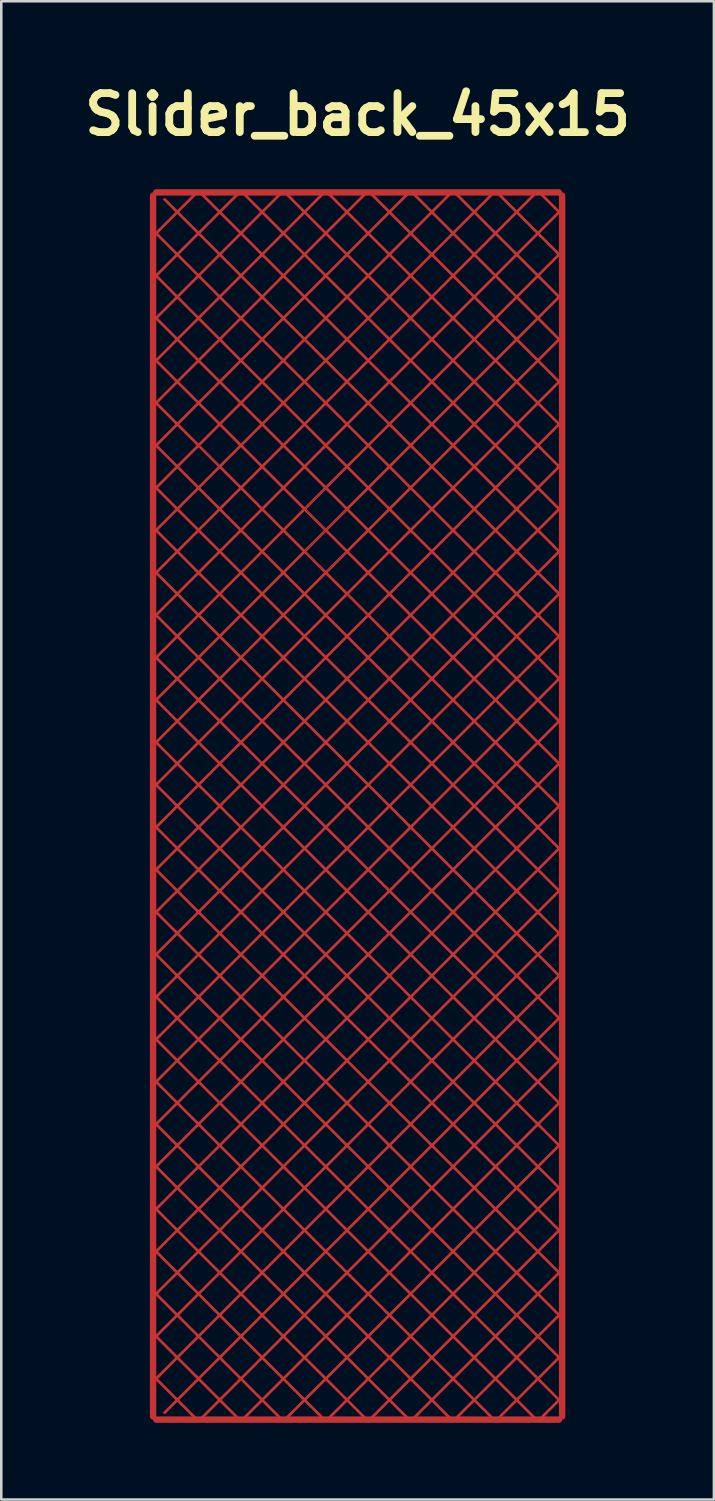
<source format=kicad_pcb>
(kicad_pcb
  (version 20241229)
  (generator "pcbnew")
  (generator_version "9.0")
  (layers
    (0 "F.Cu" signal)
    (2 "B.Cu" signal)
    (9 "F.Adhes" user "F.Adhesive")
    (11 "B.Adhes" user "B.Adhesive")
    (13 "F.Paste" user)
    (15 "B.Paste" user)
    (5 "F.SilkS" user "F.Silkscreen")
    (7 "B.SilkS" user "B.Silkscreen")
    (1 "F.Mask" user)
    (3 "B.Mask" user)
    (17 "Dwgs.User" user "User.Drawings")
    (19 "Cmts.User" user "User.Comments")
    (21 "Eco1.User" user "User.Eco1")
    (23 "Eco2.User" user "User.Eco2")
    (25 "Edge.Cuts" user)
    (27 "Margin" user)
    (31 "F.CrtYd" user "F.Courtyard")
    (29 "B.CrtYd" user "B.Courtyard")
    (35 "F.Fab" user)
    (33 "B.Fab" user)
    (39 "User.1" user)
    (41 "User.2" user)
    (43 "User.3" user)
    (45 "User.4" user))
  (footprint "Slider_back_45x15"
    (layer "F.Cu")
    (at 10.937 28.475)
    (property "Reference" "Slider_back_45x15" (at 0 -27.048 0) (layer "F.SilkS") (effects (font (size 1.524 1.524) (thickness 0.305))))
    (attr smd)
    (fp_poly (pts (xy -6.358 -24) (xy -6.223 -23.985) (xy -5.468 -23.231) (xy -6.223 -22.477) (xy -6.977 -23.231) (xy -6.223 -23.985) (xy -6.358 -24) (xy -7.053 -23.155) (xy -6.298 -22.401) (xy -7.053 -21.647) (xy -7.807 -22.401) (xy -7.053 -23.155) (xy -6.358 -24) (xy -7.053 -23.306) (xy -6.147 -22.401) (xy -5.393 -23.155) (xy -4.639 -22.401) (xy -5.393 -21.647) (xy -6.147 -22.401) (xy -7.053 -23.306) (xy -6.223 -22.326) (xy -5.468 -21.572) (xy -6.223 -20.817) (xy -6.977 -21.572) (xy -6.223 -22.326) (xy -7.053 -23.306) (xy -5.393 -21.496) (xy -4.639 -20.742) (xy -5.393 -19.987) (xy -6.147 -20.742) (xy -5.393 -21.496) (xy -7.053 -23.306) (xy -3.734 -19.987) (xy -4.488 -20.742) (xy -3.734 -21.496) (xy -2.98 -20.742) (xy -3.734 -19.987) (xy -7.053 -23.306) (xy -4.563 -20.666) (xy -3.809 -19.912) (xy -4.563 -19.158) (xy -5.318 -19.912) (xy -4.563 -20.666) (xy -7.053 -23.306) (xy -3.734 -19.837) (xy -2.98 -19.082) (xy -3.734 -18.328) (xy -4.488 -19.082) (xy -3.734 -19.837) (xy -7.053 -23.306) (xy -2.904 -19.007) (xy -2.15 -18.253) (xy -2.904 -17.499) (xy -3.658 -18.253) (xy -2.904 -19.007) (xy -7.053 -23.306) (xy -2.074 -18.177) (xy -1.32 -17.423) (xy -2.074 -16.669) (xy -2.829 -17.423) (xy -2.074 -18.177) (xy -7.053 -23.306) (xy -1.245 -17.348) (xy -0.49 -16.594) (xy -1.245 -15.839) (xy -1.999 -16.594) (xy -1.245 -17.348) (xy -7.053 -23.306) (xy -0.415 -16.518) (xy 0.339 -15.764) (xy -0.415 -15.009) (xy -1.169 -15.764) (xy -0.415 -16.518) (xy -7.053 -23.306) (xy 0.415 -15.688) (xy 1.169 -14.934) (xy 0.415 -14.18) (xy -0.34 -14.934) (xy 0.415 -15.688) (xy -7.053 -23.306) (xy 1.244 -14.859) (xy 1.998 -14.104) (xy 1.244 -13.35) (xy 0.49 -14.104) (xy 1.244 -14.859) (xy -7.053 -23.306) (xy 2.074 -14.029) (xy 2.828 -13.275) (xy 2.074 -12.521) (xy 1.32 -13.275) (xy 2.074 -14.029) (xy -7.053 -23.306) (xy 2.904 -13.199) (xy 3.658 -12.445) (xy 2.904 -11.691) (xy 2.149 -12.445) (xy 2.904 -13.199) (xy -7.053 -23.306) (xy 3.733 -12.37) (xy 4.488 -11.615) (xy 3.733 -10.861) (xy 2.979 -11.615) (xy 3.733 -12.37) (xy -7.053 -23.306) (xy 4.563 -11.54) (xy 5.317 -10.786) (xy 4.563 -10.031) (xy 3.809 -10.786) (xy 4.563 -11.54) (xy -7.053 -23.306) (xy 5.393 -10.71) (xy 6.147 -9.956) (xy 5.393 -9.202) (xy 4.638 -9.956) (xy 5.393 -10.71) (xy -7.053 -23.306) (xy 6.222 -9.881) (xy 6.976 -9.126) (xy 6.222 -8.372) (xy 5.468 -9.126) (xy 6.222 -9.881) (xy -7.053 -23.306) (xy 7.052 -9.051) (xy 7.806 -8.297) (xy 7.052 -7.543) (xy 6.298 -8.297) (xy 7.052 -9.051) (xy -7.053 -23.306) (xy -7.536 -23.79) (xy -5.318 -21.572) (xy -4.563 -22.326) (xy -3.809 -21.572) (xy -4.563 -20.817) (xy -5.318 -21.572) (xy -7.536 -23.79) (xy -0.34 -16.594) (xy 0.415 -17.348) (xy 1.169 -16.594) (xy 0.415 -15.839) (xy -0.34 -16.594) (xy -7.536 -23.79) (xy -7.627 -23.73) (xy -2.904 -19.158) (xy -3.658 -19.912) (xy -2.904 -20.666) (xy -2.15 -19.912) (xy -2.904 -19.158) (xy -7.627 -23.73) (xy -2.074 -18.328) (xy -2.829 -19.082) (xy -2.074 -19.837) (xy -1.32 -19.082) (xy -2.074 -18.328) (xy -7.627 -23.73) (xy -1.245 -17.499) (xy -1.999 -18.253) (xy -1.245 -19.007) (xy -0.49 -18.253) (xy -1.245 -17.499) (xy -7.627 -23.73) (xy -0.415 -16.669) (xy -1.169 -17.423) (xy -0.415 -18.177) (xy 0.339 -17.423) (xy -0.415 -16.669) (xy -7.627 -23.73) (xy 1.244 -15.009) (xy 0.49 -15.764) (xy 1.244 -16.518) (xy 1.998 -15.764) (xy 1.244 -15.009) (xy -7.627 -23.73) (xy 2.074 -14.18) (xy 1.32 -14.934) (xy 2.074 -15.688) (xy 2.828 -14.934) (xy 2.074 -14.18) (xy -7.627 -23.73) (xy 2.904 -13.35) (xy 2.149 -14.104) (xy 2.904 -14.859) (xy 3.658 -14.104) (xy 2.904 -13.35) (xy -7.627 -23.73) (xy 3.733 -12.521) (xy 2.979 -13.275) (xy 3.733 -14.029) (xy 4.488 -13.275) (xy 3.733 -12.521) (xy -7.627 -23.73) (xy 4.563 -11.691) (xy 3.809 -12.445) (xy 4.563 -13.199) (xy 5.317 -12.445) (xy 4.563 -11.691) (xy -7.627 -23.73) (xy 5.393 -10.861) (xy 4.638 -11.615) (xy 5.393 -12.37) (xy 6.147 -11.615) (xy 5.393 -10.861) (xy -7.627 -23.73) (xy 6.222 -10.031) (xy 5.468 -10.786) (xy 6.222 -11.54) (xy 6.976 -10.786) (xy 6.222 -10.031) (xy -7.627 -23.73) (xy 7.052 -9.202) (xy 6.298 -9.956) (xy 7.052 -10.71) (xy 7.806 -9.956) (xy 7.052 -9.202) (xy -7.627 -23.73) (xy -7.128 -23.231) (xy -7.882 -22.477) (xy -7.053 -21.496) (xy -6.298 -20.742) (xy -7.053 -19.987) (xy -7.807 -20.742) (xy -7.053 -21.496) (xy -7.882 -22.477) (xy -6.223 -20.666) (xy -5.468 -19.912) (xy -6.223 -19.158) (xy -6.977 -19.912) (xy -6.223 -20.666) (xy -7.882 -22.477) (xy -5.393 -19.837) (xy -4.639 -19.082) (xy -5.393 -18.328) (xy -6.147 -19.082) (xy -5.393 -19.837) (xy -7.882 -22.477) (xy -4.563 -19.007) (xy -3.809 -18.253) (xy -4.563 -17.499) (xy -5.318 -18.253) (xy -4.563 -19.007) (xy -7.882 -22.477) (xy -3.734 -18.177) (xy -2.98 -17.423) (xy -3.734 -16.669) (xy -4.488 -17.423) (xy -3.734 -18.177) (xy -7.882 -22.477) (xy -2.904 -17.348) (xy -2.15 -16.594) (xy -2.904 -15.839) (xy -3.658 -16.594) (xy -2.904 -17.348) (xy -7.882 -22.477) (xy -2.074 -16.518) (xy -1.32 -15.764) (xy -2.074 -15.009) (xy -2.829 -15.764) (xy -2.074 -16.518) (xy -7.882 -22.477) (xy -1.245 -15.688) (xy -0.49 -14.934) (xy -1.245 -14.18) (xy -1.999 -14.934) (xy -1.245 -15.688) (xy -7.882 -22.477) (xy -0.415 -14.859) (xy 0.339 -14.104) (xy -0.415 -13.35) (xy -1.169 -14.104) (xy -0.415 -14.859) (xy -7.882 -22.477) (xy 0.415 -14.029) (xy 1.169 -13.275) (xy 0.415 -12.521) (xy -0.34 -13.275) (xy 0.415 -14.029) (xy -7.882 -22.477) (xy 1.244 -13.199) (xy 1.998 -12.445) (xy 1.244 -11.691) (xy 0.49 -12.445) (xy 1.244 -13.199) (xy -7.882 -22.477) (xy 2.074 -12.37) (xy 2.828 -11.615) (xy 2.074 -10.861) (xy 1.32 -11.615) (xy 2.074 -12.37) (xy -7.882 -22.477) (xy 2.904 -11.54) (xy 3.658 -10.786) (xy 2.904 -10.031) (xy 2.149 -10.786) (xy 2.904 -11.54) (xy -7.882 -22.477) (xy 3.733 -10.71) (xy 4.488 -9.956) (xy 3.733 -9.202) (xy 2.979 -9.956) (xy 3.733 -10.71) (xy -7.882 -22.477) (xy 4.563 -9.881) (xy 5.317 -9.126) (xy 4.563 -8.372) (xy 3.809 -9.126) (xy 4.563 -9.881) (xy -7.882 -22.477) (xy 5.393 -9.051) (xy 6.147 -8.297) (xy 5.393 -7.543) (xy 4.638 -8.297) (xy 5.393 -9.051) (xy -7.882 -22.477) (xy 6.222 -8.221) (xy 6.976 -7.467) (xy 6.222 -6.713) (xy 5.468 -7.467) (xy 6.222 -8.221) (xy -7.882 -22.477) (xy 7.052 -7.392) (xy 7.806 -6.637) (xy 7.052 -5.883) (xy 6.298 -6.637) (xy 7.052 -7.392) (xy -7.882 -22.477) (xy -8 -22.595) (xy -8 -22.444) (xy -7.958 -22.401) (xy -8 -22.359) (xy -8 -22.208) (xy -7.882 -22.326) (xy -7.128 -21.572) (xy -4.563 -23.985) (xy -3.809 -23.231) (xy -4.563 -22.477) (xy -5.318 -23.231) (xy -4.563 -23.985) (xy -7.128 -21.572) (xy -7.882 -20.817) (xy -7.053 -19.837) (xy -6.298 -19.082) (xy -7.053 -18.328) (xy -7.807 -19.082) (xy -7.053 -19.837) (xy -7.882 -20.817) (xy -6.223 -19.007) (xy -5.468 -18.253) (xy -6.223 -17.499) (xy -6.977 -18.253) (xy -6.223 -19.007) (xy -7.882 -20.817) (xy -5.393 -18.177) (xy -4.639 -17.423) (xy -5.393 -16.669) (xy -6.147 -17.423) (xy -5.393 -18.177) (xy -7.882 -20.817) (xy -4.563 -17.348) (xy -3.809 -16.594) (xy -4.563 -15.839) (xy -5.318 -16.594) (xy -4.563 -17.348) (xy -7.882 -20.817) (xy -3.734 -16.518) (xy -2.98 -15.764) (xy -3.734 -15.009) (xy -4.488 -15.764) (xy -3.734 -16.518) (xy -7.882 -20.817) (xy -2.904 -15.688) (xy -2.15 -14.934) (xy -2.904 -14.18) (xy -3.658 -14.934) (xy -2.904 -15.688) (xy -7.882 -20.817) (xy -2.074 -14.859) (xy -1.32 -14.104) (xy -2.074 -13.35) (xy -2.829 -14.104) (xy -2.074 -14.859) (xy -7.882 -20.817) (xy -1.245 -14.029) (xy -0.49 -13.275) (xy -1.245 -12.521) (xy -1.999 -13.275) (xy -1.245 -14.029) (xy -7.882 -20.817) (xy -0.415 -13.199) (xy 0.339 -12.445) (xy -0.415 -11.691) (xy -1.169 -12.445) (xy -0.415 -13.199) (xy -7.882 -20.817) (xy 0.415 -12.37) (xy 1.169 -11.615) (xy 0.415 -10.861) (xy -0.34 -11.615) (xy 0.415 -12.37) (xy -7.882 -20.817) (xy 1.244 -11.54) (xy 1.998 -10.786) (xy 1.244 -10.031) (xy 0.49 -10.786) (xy 1.244 -11.54) (xy -7.882 -20.817) (xy 2.074 -10.71) (xy 2.828 -9.956) (xy 2.074 -9.202) (xy 1.32 -9.956) (xy 2.074 -10.71) (xy -7.882 -20.817) (xy 2.904 -9.881) (xy 3.658 -9.126) (xy 2.904 -8.372) (xy 2.149 -9.126) (xy 2.904 -9.881) (xy -7.882 -20.817) (xy 3.733 -9.051) (xy 4.488 -8.297) (xy 3.733 -7.543) (xy 2.979 -8.297) (xy 3.733 -9.051) (xy -7.882 -20.817) (xy 4.563 -8.221) (xy 5.317 -7.467) (xy 4.563 -6.713) (xy 3.809 -7.467) (xy 4.563 -8.221) (xy -7.882 -20.817) (xy 5.393 -7.392) (xy 6.147 -6.637) (xy 5.393 -5.883) (xy 4.638 -6.637) (xy 5.393 -7.392) (xy -7.882 -20.817) (xy 6.222 -6.562) (xy 6.976 -5.808) (xy 6.222 -5.053) (xy 5.468 -5.808) (xy 6.222 -6.562) (xy -7.882 -20.817) (xy 7.052 -5.732) (xy 7.806 -4.978) (xy 7.052 -4.224) (xy 6.298 -4.978) (xy 7.052 -5.732) (xy -7.882 -20.817) (xy -8 -20.935) (xy -8 -20.784) (xy -7.958 -20.742) (xy -8 -20.7) (xy -8 -20.548) (xy -7.882 -20.666) (xy -7.128 -19.912) (xy -2.904 -23.985) (xy -2.15 -23.231) (xy -2.904 -22.477) (xy -3.658 -23.231) (xy -2.904 -23.985) (xy -7.128 -19.912) (xy -3.734 -23.155) (xy -2.98 -22.401) (xy -3.734 -21.647) (xy -4.488 -22.401) (xy -3.734 -23.155) (xy -7.128 -19.912) (xy -7.882 -19.158) (xy -7.053 -18.177) (xy -6.298 -17.423) (xy -7.053 -16.669) (xy -7.807 -17.423) (xy -7.053 -18.177) (xy -7.882 -19.158) (xy -6.223 -17.348) (xy -5.468 -16.594) (xy -6.223 -15.839) (xy -6.977 -16.594) (xy -6.223 -17.348) (xy -7.882 -19.158) (xy -5.393 -16.518) (xy -4.639 -15.764) (xy -5.393 -15.009) (xy -6.147 -15.764) (xy -5.393 -16.518) (xy -7.882 -19.158) (xy -4.563 -15.688) (xy -3.809 -14.934) (xy -4.563 -14.18) (xy -5.318 -14.934) (xy -4.563 -15.688) (xy -7.882 -19.158) (xy -3.734 -14.859) (xy -2.98 -14.104) (xy -3.734 -13.35) (xy -4.488 -14.104) (xy -3.734 -14.859) (xy -7.882 -19.158) (xy -2.904 -14.029) (xy -2.15 -13.275) (xy -2.904 -12.521) (xy -3.658 -13.275) (xy -2.904 -14.029) (xy -7.882 -19.158) (xy -2.074 -13.199) (xy -1.32 -12.445) (xy -2.074 -11.691) (xy -2.829 -12.445) (xy -2.074 -13.199) (xy -7.882 -19.158) (xy -1.245 -12.37) (xy -0.49 -11.615) (xy -1.245 -10.861) (xy -1.999 -11.615) (xy -1.245 -12.37) (xy -7.882 -19.158) (xy -0.415 -11.54) (xy 0.339 -10.786) (xy -0.415 -10.031) (xy -1.169 -10.786) (xy -0.415 -11.54) (xy -7.882 -19.158) (xy 0.415 -10.71) (xy 1.169 -9.956) (xy 0.415 -9.202) (xy -0.34 -9.956) (xy 0.415 -10.71) (xy -7.882 -19.158) (xy 1.244 -9.881) (xy 1.998 -9.126) (xy 1.244 -8.372) (xy 0.49 -9.126) (xy 1.244 -9.881) (xy -7.882 -19.158) (xy 2.074 -9.051) (xy 2.828 -8.297) (xy 2.074 -7.543) (xy 1.32 -8.297) (xy 2.074 -9.051) (xy -7.882 -19.158) (xy 2.904 -8.221) (xy 3.658 -7.467) (xy 2.904 -6.713) (xy 2.149 -7.467) (xy 2.904 -8.221) (xy -7.882 -19.158) (xy 3.733 -7.392) (xy 4.488 -6.637) (xy 3.733 -5.883) (xy 2.979 -6.637) (xy 3.733 -7.392) (xy -7.882 -19.158) (xy 4.563 -6.562) (xy 5.317 -5.808) (xy 4.563 -5.053) (xy 3.809 -5.808) (xy 4.563 -6.562) (xy -7.882 -19.158) (xy 5.393 -5.732) (xy 6.147 -4.978) (xy 5.393 -4.224) (xy 4.638 -4.978) (xy 5.393 -5.732) (xy -7.882 -19.158) (xy 6.222 -4.903) (xy 6.976 -4.148) (xy 6.222 -3.394) (xy 5.468 -4.148) (xy 6.222 -4.903) (xy -7.882 -19.158) (xy 7.052 -4.073) (xy 7.806 -3.319) (xy 7.052 -2.565) (xy 6.298 -3.319) (xy 7.052 -4.073) (xy -7.882 -19.158) (xy -8 -19.276) (xy -8 -19.125) (xy -7.958 -19.082) (xy -8 -19.04) (xy -8 -18.889) (xy -7.882 -19.007) (xy -7.128 -18.253) (xy -1.245 -23.985) (xy -0.49 -23.231) (xy -1.245 -22.477) (xy -1.999 -23.231) (xy -1.245 -23.985) (xy -7.128 -18.253) (xy -2.074 -23.155) (xy -1.32 -22.401) (xy -2.074 -21.647) (xy -2.829 -22.401) (xy -2.074 -23.155) (xy -7.128 -18.253) (xy -2.904 -22.326) (xy -2.15 -21.572) (xy -2.904 -20.817) (xy -3.658 -21.572) (xy -2.904 -22.326) (xy -7.128 -18.253) (xy -7.882 -17.499) (xy -7.053 -16.518) (xy -6.298 -15.764) (xy -7.053 -15.009) (xy -7.807 -15.764) (xy -7.053 -16.518) (xy -7.882 -17.499) (xy -6.223 -15.688) (xy -5.468 -14.934) (xy -6.223 -14.18) (xy -6.977 -14.934) (xy -6.223 -15.688) (xy -7.882 -17.499) (xy -5.393 -14.859) (xy -4.639 -14.104) (xy -5.393 -13.35) (xy -6.147 -14.104) (xy -5.393 -14.859) (xy -7.882 -17.499) (xy -4.563 -14.029) (xy -3.809 -13.275) (xy -4.563 -12.521) (xy -5.318 -13.275) (xy -4.563 -14.029) (xy -7.882 -17.499) (xy -3.734 -13.199) (xy -2.98 -12.445) (xy -3.734 -11.691) (xy -4.488 -12.445) (xy -3.734 -13.199) (xy -7.882 -17.499) (xy -2.904 -12.37) (xy -2.15 -11.615) (xy -2.904 -10.861) (xy -3.658 -11.615) (xy -2.904 -12.37) (xy -7.882 -17.499) (xy -2.074 -11.54) (xy -1.32 -10.786) (xy -2.074 -10.031) (xy -2.829 -10.786) (xy -2.074 -11.54) (xy -7.882 -17.499) (xy -1.245 -10.71) (xy -0.49 -9.956) (xy -1.245 -9.202) (xy -1.999 -9.956) (xy -1.245 -10.71) (xy -7.882 -17.499) (xy -0.415 -9.881) (xy 0.339 -9.126) (xy -0.415 -8.372) (xy -1.169 -9.126) (xy -0.415 -9.881) (xy -7.882 -17.499) (xy 0.415 -9.051) (xy 1.169 -8.297) (xy 0.415 -7.543) (xy -0.34 -8.297) (xy 0.415 -9.051) (xy -7.882 -17.499) (xy 1.244 -8.221) (xy 1.998 -7.467) (xy 1.244 -6.713) (xy 0.49 -7.467) (xy 1.244 -8.221) (xy -7.882 -17.499) (xy 2.074 -7.392) (xy 2.828 -6.637) (xy 2.074 -5.883) (xy 1.32 -6.637) (xy 2.074 -7.392) (xy -7.882 -17.499) (xy 2.904 -6.562) (xy 3.658 -5.808) (xy 2.904 -5.053) (xy 2.149 -5.808) (xy 2.904 -6.562) (xy -7.882 -17.499) (xy 3.733 -5.732) (xy 4.488 -4.978) (xy 3.733 -4.224) (xy 2.979 -4.978) (xy 3.733 -5.732) (xy -7.882 -17.499) (xy 4.563 -4.903) (xy 5.317 -4.148) (xy 4.563 -3.394) (xy 3.809 -4.148) (xy 4.563 -4.903) (xy -7.882 -17.499) (xy 5.393 -4.073) (xy 6.147 -3.319) (xy 5.393 -2.565) (xy 4.638 -3.319) (xy 5.393 -4.073) (xy -7.882 -17.499) (xy 6.222 -3.243) (xy 6.976 -2.489) (xy 6.222 -1.735) (xy 5.468 -2.489) (xy 6.222 -3.243) (xy -7.882 -17.499) (xy 7.052 -2.413) (xy 7.806 -1.659) (xy 7.052 -0.905) (xy 6.298 -1.659) (xy 7.052 -2.413) (xy -7.882 -17.499) (xy -8 -17.617) (xy -8 -17.466) (xy -7.958 -17.423) (xy -8 -17.381) (xy -8 -17.23) (xy -7.882 -17.348) (xy -7.128 -16.594) (xy 0.415 -23.985) (xy 1.169 -23.231) (xy 0.415 -22.477) (xy -0.34 -23.231) (xy 0.415 -23.985) (xy -7.128 -16.594) (xy -0.415 -23.155) (xy 0.339 -22.401) (xy -0.415 -21.647) (xy -1.169 -22.401) (xy -0.415 -23.155) (xy -7.128 -16.594) (xy -1.245 -22.326) (xy -0.49 -21.572) (xy -1.245 -20.817) (xy -1.999 -21.572) (xy -1.245 -22.326) (xy -7.128 -16.594) (xy -2.074 -21.496) (xy -1.32 -20.742) (xy -2.074 -19.987) (xy -2.829 -20.742) (xy -2.074 -21.496) (xy -7.128 -16.594) (xy -7.882 -15.839) (xy -7.053 -14.859) (xy -6.298 -14.104) (xy -7.053 -13.35) (xy -7.807 -14.104) (xy -7.053 -14.859) (xy -7.882 -15.839) (xy -6.223 -14.029) (xy -5.468 -13.275) (xy -6.223 -12.521) (xy -6.977 -13.275) (xy -6.223 -14.029) (xy -7.882 -15.839) (xy -5.393 -13.199) (xy -4.639 -12.445) (xy -5.393 -11.691) (xy -6.147 -12.445) (xy -5.393 -13.199) (xy -7.882 -15.839) (xy -4.563 -12.37) (xy -3.809 -11.615) (xy -4.563 -10.861) (xy -5.318 -11.615) (xy -4.563 -12.37) (xy -7.882 -15.839) (xy -3.734 -11.54) (xy -2.98 -10.786) (xy -3.734 -10.031) (xy -4.488 -10.786) (xy -3.734 -11.54) (xy -7.882 -15.839) (xy -2.904 -10.71) (xy -2.15 -9.956) (xy -2.904 -9.202) (xy -3.658 -9.956) (xy -2.904 -10.71) (xy -7.882 -15.839) (xy -2.074 -9.881) (xy -1.32 -9.126) (xy -2.074 -8.372) (xy -2.829 -9.126) (xy -2.074 -9.881) (xy -7.882 -15.839) (xy -1.245 -9.051) (xy -0.49 -8.297) (xy -1.245 -7.543) (xy -1.999 -8.297) (xy -1.245 -9.051) (xy -7.882 -15.839) (xy -0.415 -8.221) (xy 0.339 -7.467) (xy -0.415 -6.713) (xy -1.169 -7.467) (xy -0.415 -8.221) (xy -7.882 -15.839) (xy 0.415 -7.392) (xy 1.169 -6.637) (xy 0.415 -5.883) (xy -0.34 -6.637) (xy 0.415 -7.392) (xy -7.882 -15.839) (xy 1.244 -6.562) (xy 1.998 -5.808) (xy 1.244 -5.053) (xy 0.49 -5.808) (xy 1.244 -6.562) (xy -7.882 -15.839) (xy 2.074 -5.732) (xy 2.828 -4.978) (xy 2.074 -4.224) (xy 1.32 -4.978) (xy 2.074 -5.732) (xy -7.882 -15.839) (xy 2.904 -4.903) (xy 3.658 -4.148) (xy 2.904 -3.394) (xy 2.149 -4.148) (xy 2.904 -4.903) (xy -7.882 -15.839) (xy 3.733 -4.073) (xy 4.488 -3.319) (xy 3.733 -2.565) (xy 2.979 -3.319) (xy 3.733 -4.073) (xy -7.882 -15.839) (xy 4.563 -3.243) (xy 5.317 -2.489) (xy 4.563 -1.735) (xy 3.809 -2.489) (xy 4.563 -3.243) (xy -7.882 -15.839) (xy 5.393 -2.413) (xy 6.147 -1.659) (xy 5.393 -0.905) (xy 4.638 -1.659) (xy 5.393 -2.413) (xy -7.882 -15.839) (xy 6.222 -1.584) (xy 6.976 -0.83) (xy 6.222 -0.075) (xy 5.468 -0.83) (xy 6.222 -1.584) (xy -7.882 -15.839) (xy 7.052 -0.754) (xy 7.806 0.000275) (xy 7.052 0.754) (xy 6.298 0.000275) (xy 7.052 -0.754) (xy -7.882 -15.839) (xy -8 -15.957) (xy -8 -15.806) (xy -7.958 -15.764) (xy -8 -15.721) (xy -8 -15.57) (xy -7.882 -15.688) (xy -7.128 -14.934) (xy 2.074 -23.985) (xy 2.828 -23.231) (xy 2.074 -22.477) (xy 1.32 -23.231) (xy 2.074 -23.985) (xy -7.128 -14.934) (xy 1.244 -23.155) (xy 1.998 -22.401) (xy 1.244 -21.647) (xy 0.49 -22.401) (xy 1.244 -23.155) (xy -7.128 -14.934) (xy 0.415 -22.326) (xy 1.169 -21.572) (xy 0.415 -20.817) (xy -0.34 -21.572) (xy 0.415 -22.326) (xy -7.128 -14.934) (xy -0.415 -21.496) (xy 0.339 -20.742) (xy -0.415 -19.987) (xy -1.169 -20.742) (xy -0.415 -21.496) (xy -7.128 -14.934) (xy -1.245 -20.666) (xy -0.49 -19.912) (xy -1.245 -19.158) (xy -1.999 -19.912) (xy -1.245 -20.666) (xy -7.128 -14.934) (xy -7.882 -14.18) (xy -7.053 -13.199) (xy -6.298 -12.445) (xy -7.053 -11.691) (xy -7.807 -12.445) (xy -7.053 -13.199) (xy -7.882 -14.18) (xy -6.223 -12.37) (xy -5.468 -11.615) (xy -6.223 -10.861) (xy -6.977 -11.615) (xy -6.223 -12.37) (xy -7.882 -14.18) (xy -5.393 -11.54) (xy -4.639 -10.786) (xy -5.393 -10.031) (xy -6.147 -10.786) (xy -5.393 -11.54) (xy -7.882 -14.18) (xy -4.563 -10.71) (xy -3.809 -9.956) (xy -4.563 -9.202) (xy -5.318 -9.956) (xy -4.563 -10.71) (xy -7.882 -14.18) (xy -3.734 -9.881) (xy -2.98 -9.126) (xy -3.734 -8.372) (xy -4.488 -9.126) (xy -3.734 -9.881) (xy -7.882 -14.18) (xy -2.904 -9.051) (xy -2.15 -8.297) (xy -2.904 -7.543) (xy -3.658 -8.297) (xy -2.904 -9.051) (xy -7.882 -14.18) (xy -2.074 -8.221) (xy -1.32 -7.467) (xy -2.074 -6.713) (xy -2.829 -7.467) (xy -2.074 -8.221) (xy -7.882 -14.18) (xy -1.245 -7.392) (xy -0.49 -6.637) (xy -1.245 -5.883) (xy -1.999 -6.637) (xy -1.245 -7.392) (xy -7.882 -14.18) (xy -0.415 -6.562) (xy 0.339 -5.808) (xy -0.415 -5.053) (xy -1.169 -5.808) (xy -0.415 -6.562) (xy -7.882 -14.18) (xy 0.415 -5.732) (xy 1.169 -4.978) (xy 0.415 -4.224) (xy -0.34 -4.978) (xy 0.415 -5.732) (xy -7.882 -14.18) (xy 1.244 -4.903) (xy 1.998 -4.148) (xy 1.244 -3.394) (xy 0.49 -4.148) (xy 1.244 -4.903) (xy -7.882 -14.18) (xy 2.074 -4.073) (xy 2.828 -3.319) (xy 2.074 -2.565) (xy 1.32 -3.319) (xy 2.074 -4.073) (xy -7.882 -14.18) (xy 2.904 -3.243) (xy 3.658 -2.489) (xy 2.904 -1.735) (xy 2.149 -2.489) (xy 2.904 -3.243) (xy -7.882 -14.18) (xy 3.733 -2.413) (xy 4.488 -1.659) (xy 3.733 -0.905) (xy 2.979 -1.659) (xy 3.733 -2.413) (xy -7.882 -14.18) (xy 4.563 -1.584) (xy 5.317 -0.83) (xy 4.563 -0.075) (xy 3.809 -0.83) (xy 4.563 -1.584) (xy -7.882 -14.18) (xy 5.393 -0.754) (xy 6.147 0.000275) (xy 5.393 0.754) (xy 4.638 0.000275) (xy 5.393 -0.754) (xy -7.882 -14.18) (xy 6.222 0.075) (xy 6.976 0.83) (xy 6.222 1.584) (xy 5.468 0.83) (xy 6.222 0.075) (xy -7.882 -14.18) (xy 7.052 0.905) (xy 7.806 1.659) (xy 7.052 2.413) (xy 6.298 1.659) (xy 7.052 0.905) (xy -7.882 -14.18) (xy -8 -14.298) (xy -8 -14.147) (xy -7.958 -14.104) (xy -8 -14.062) (xy -8 -13.911) (xy -7.882 -14.029) (xy -7.128 -13.275) (xy 3.733 -23.985) (xy 4.488 -23.231) (xy 3.733 -22.477) (xy 2.979 -23.231) (xy 3.733 -23.985) (xy -7.128 -13.275) (xy 2.904 -23.155) (xy 3.658 -22.401) (xy 2.904 -21.647) (xy 2.149 -22.401) (xy 2.904 -23.155) (xy -7.128 -13.275) (xy 2.074 -22.326) (xy 2.828 -21.572) (xy 2.074 -20.817) (xy 1.32 -21.572) (xy 2.074 -22.326) (xy -7.128 -13.275) (xy 1.244 -21.496) (xy 1.998 -20.742) (xy 1.244 -19.987) (xy 0.49 -20.742) (xy 1.244 -21.496) (xy -7.128 -13.275) (xy 0.415 -20.666) (xy 1.169 -19.912) (xy 0.415 -19.158) (xy -0.34 -19.912) (xy 0.415 -20.666) (xy -7.128 -13.275) (xy -0.415 -19.837) (xy 0.339 -19.082) (xy -0.415 -18.328) (xy -1.169 -19.082) (xy -0.415 -19.837) (xy -7.128 -13.275) (xy -7.882 -12.521) (xy -7.053 -11.54) (xy -6.298 -10.786) (xy -7.053 -10.031) (xy -7.807 -10.786) (xy -7.053 -11.54) (xy -7.882 -12.521) (xy -6.223 -10.71) (xy -5.468 -9.956) (xy -6.223 -9.202) (xy -6.977 -9.956) (xy -6.223 -10.71) (xy -7.882 -12.521) (xy -5.393 -9.881) (xy -4.639 -9.126) (xy -5.393 -8.372) (xy -6.147 -9.126) (xy -5.393 -9.881) (xy -7.882 -12.521) (xy -4.563 -9.051) (xy -3.809 -8.297) (xy -4.563 -7.543) (xy -5.318 -8.297) (xy -4.563 -9.051) (xy -7.882 -12.521) (xy -3.734 -8.221) (xy -2.98 -7.467) (xy -3.734 -6.713) (xy -4.488 -7.467) (xy -3.734 -8.221) (xy -7.882 -12.521) (xy -2.904 -7.392) (xy -2.15 -6.637) (xy -2.904 -5.883) (xy -3.658 -6.637) (xy -2.904 -7.392) (xy -7.882 -12.521) (xy -2.074 -6.562) (xy -1.32 -5.808) (xy -2.074 -5.053) (xy -2.829 -5.808) (xy -2.074 -6.562) (xy -7.882 -12.521) (xy -1.245 -5.732) (xy -0.49 -4.978) (xy -1.245 -4.224) (xy -1.999 -4.978) (xy -1.245 -5.732) (xy -7.882 -12.521) (xy -0.415 -4.903) (xy 0.339 -4.148) (xy -0.415 -3.394) (xy -1.169 -4.148) (xy -0.415 -4.903) (xy -7.882 -12.521) (xy 0.415 -4.073) (xy 1.169 -3.319) (xy 0.415 -2.565) (xy -0.34 -3.319) (xy 0.415 -4.073) (xy -7.882 -12.521) (xy 1.244 -3.243) (xy 1.998 -2.489) (xy 1.244 -1.735) (xy 0.49 -2.489) (xy 1.244 -3.243) (xy -7.882 -12.521) (xy 2.074 -2.413) (xy 2.828 -1.659) (xy 2.074 -0.905) (xy 1.32 -1.659) (xy 2.074 -2.413) (xy -7.882 -12.521) (xy 2.904 -1.584) (xy 3.658 -0.83) (xy 2.904 -0.075) (xy 2.149 -0.83) (xy 2.904 -1.584) (xy -7.882 -12.521) (xy 3.733 -0.754) (xy 4.488 -0.000275) (xy 3.733 0.754) (xy 2.979 -0.000275) (xy 3.733 -0.754) (xy -7.882 -12.521) (xy 4.563 0.075) (xy 5.317 0.83) (xy 4.563 1.584) (xy 3.809 0.83) (xy 4.563 0.075) (xy -7.882 -12.521) (xy 5.393 0.905) (xy 6.147 1.659) (xy 5.393 2.413) (xy 4.638 1.659) (xy 5.393 0.905) (xy -7.882 -12.521) (xy 6.222 1.735) (xy 6.976 2.489) (xy 6.222 3.243) (xy 5.468 2.489) (xy 6.222 1.735) (xy -7.882 -12.521) (xy 7.052 2.565) (xy 7.806 3.319) (xy 7.052 4.073) (xy 6.298 3.319) (xy 7.052 2.565) (xy -7.882 -12.521) (xy -8 -12.639) (xy -8 -12.488) (xy -7.958 -12.445) (xy -8 -12.403) (xy -8 -12.252) (xy -7.882 -12.37) (xy -7.128 -11.615) (xy 5.393 -23.985) (xy 6.147 -23.231) (xy 5.393 -22.477) (xy 4.638 -23.231) (xy 5.393 -23.985) (xy -7.128 -11.615) (xy 4.563 -23.155) (xy 5.317 -22.401) (xy 4.563 -21.647) (xy 3.809 -22.401) (xy 4.563 -23.155) (xy -7.128 -11.615) (xy 3.733 -22.326) (xy 4.488 -21.572) (xy 3.733 -20.817) (xy 2.979 -21.572) (xy 3.733 -22.326) (xy -7.128 -11.615) (xy 2.904 -21.496) (xy 3.658 -20.742) (xy 2.904 -19.987) (xy 2.149 -20.742) (xy 2.904 -21.496) (xy -7.128 -11.615) (xy 2.074 -20.666) (xy 2.828 -19.912) (xy 2.074 -19.158) (xy 1.32 -19.912) (xy 2.074 -20.666) (xy -7.128 -11.615) (xy 1.244 -19.837) (xy 1.998 -19.082) (xy 1.244 -18.328) (xy 0.49 -19.082) (xy 1.244 -19.837) (xy -7.128 -11.615) (xy 0.415 -19.007) (xy 1.169 -18.253) (xy 0.415 -17.499) (xy -0.34 -18.253) (xy 0.415 -19.007) (xy -7.128 -11.615) (xy -7.882 -10.861) (xy -7.053 -9.881) (xy -6.298 -9.126) (xy -7.053 -8.372) (xy -7.807 -9.126) (xy -7.053 -9.881) (xy -7.882 -10.861) (xy -6.223 -9.051) (xy -5.468 -8.297) (xy -6.223 -7.543) (xy -6.977 -8.297) (xy -6.223 -9.051) (xy -7.882 -10.861) (xy -5.393 -8.221) (xy -4.639 -7.467) (xy -5.393 -6.713) (xy -6.147 -7.467) (xy -5.393 -8.221) (xy -7.882 -10.861) (xy -4.563 -7.392) (xy -3.809 -6.637) (xy -4.563 -5.883) (xy -5.318 -6.637) (xy -4.563 -7.392) (xy -7.882 -10.861) (xy -3.734 -6.562) (xy -2.98 -5.808) (xy -3.734 -5.053) (xy -4.488 -5.808) (xy -3.734 -6.562) (xy -7.882 -10.861) (xy -2.904 -5.732) (xy -2.15 -4.978) (xy -2.904 -4.224) (xy -3.658 -4.978) (xy -2.904 -5.732) (xy -7.882 -10.861) (xy -2.074 -4.903) (xy -1.32 -4.148) (xy -2.074 -3.394) (xy -2.829 -4.148) (xy -2.074 -4.903) (xy -7.882 -10.861) (xy -1.245 -4.073) (xy -0.49 -3.319) (xy -1.245 -2.565) (xy -1.999 -3.319) (xy -1.245 -4.073) (xy -7.882 -10.861) (xy -0.415 -3.243) (xy 0.339 -2.489) (xy -0.415 -1.735) (xy -1.169 -2.489) (xy -0.415 -3.243) (xy -7.882 -10.861) (xy 0.415 -2.413) (xy 1.169 -1.659) (xy 0.415 -0.905) (xy -0.34 -1.659) (xy 0.415 -2.413) (xy -7.882 -10.861) (xy 1.244 -1.584) (xy 1.998 -0.83) (xy 1.244 -0.075) (xy 0.49 -0.83) (xy 1.244 -1.584) (xy -7.882 -10.861) (xy 2.074 -0.754) (xy 2.828 0.000275) (xy 2.074 0.754) (xy 1.32 0.000275) (xy 2.074 -0.754) (xy -7.882 -10.861) (xy 2.904 0.075) (xy 3.658 0.83) (xy 2.904 1.584) (xy 2.149 0.83) (xy 2.904 0.075) (xy -7.882 -10.861) (xy 3.733 0.905) (xy 4.488 1.659) (xy 3.733 2.413) (xy 2.979 1.659) (xy 3.733 0.905) (xy -7.882 -10.861) (xy 4.563 1.735) (xy 5.317 2.489) (xy 4.563 3.243) (xy 3.809 2.489) (xy 4.563 1.735) (xy -7.882 -10.861) (xy 5.393 2.565) (xy 6.147 3.319) (xy 5.393 4.073) (xy 4.638 3.319) (xy 5.393 2.565) (xy -7.882 -10.861) (xy 6.222 3.394) (xy 6.976 4.148) (xy 6.222 4.903) (xy 5.468 4.148) (xy 6.222 3.394) (xy -7.882 -10.861) (xy 7.052 4.224) (xy 7.806 4.978) (xy 7.052 5.732) (xy 6.298 4.978) (xy 7.052 4.224) (xy -7.882 -10.861) (xy -8 -10.979) (xy -8 -10.828) (xy -7.958 -10.786) (xy -8 -10.743) (xy -8 -10.592) (xy -7.882 -10.71) (xy -7.128 -9.956) (xy 6.222 -23.155) (xy 6.976 -22.401) (xy 6.222 -21.647) (xy 5.468 -22.401) (xy 6.222 -23.155) (xy -7.128 -9.956) (xy 5.393 -22.326) (xy 6.147 -21.572) (xy 5.393 -20.817) (xy 4.638 -21.572) (xy 5.393 -22.326) (xy -7.128 -9.956) (xy 4.563 -21.496) (xy 5.317 -20.742) (xy 4.563 -19.987) (xy 3.809 -20.742) (xy 4.563 -21.496) (xy -7.128 -9.956) (xy 3.733 -20.666) (xy 4.488 -19.912) (xy 3.733 -19.158) (xy 2.979 -19.912) (xy 3.733 -20.666) (xy -7.128 -9.956) (xy 2.904 -19.837) (xy 3.658 -19.082) (xy 2.904 -18.328) (xy 2.149 -19.082) (xy 2.904 -19.837) (xy -7.128 -9.956) (xy 2.074 -19.007) (xy 2.828 -18.253) (xy 2.074 -17.499) (xy 1.32 -18.253) (xy 2.074 -19.007) (xy -7.128 -9.956) (xy 1.244 -18.177) (xy 1.998 -17.423) (xy 1.244 -16.669) (xy 0.49 -17.423) (xy 1.244 -18.177) (xy -7.128 -9.956) (xy -7.882 -9.202) (xy -7.053 -8.221) (xy -6.298 -7.467) (xy -7.053 -6.713) (xy -7.807 -7.467) (xy -7.053 -8.221) (xy -7.882 -9.202) (xy -6.223 -7.392) (xy -5.468 -6.637) (xy -6.223 -5.883) (xy -6.977 -6.637) (xy -6.223 -7.392) (xy -7.882 -9.202) (xy -5.393 -6.562) (xy -4.639 -5.808) (xy -5.393 -5.053) (xy -6.147 -5.808) (xy -5.393 -6.562) (xy -7.882 -9.202) (xy -4.563 -5.732) (xy -3.809 -4.978) (xy -4.563 -4.224) (xy -5.318 -4.978) (xy -4.563 -5.732) (xy -7.882 -9.202) (xy -3.734 -4.903) (xy -2.98 -4.148) (xy -3.734 -3.394) (xy -4.488 -4.148) (xy -3.734 -4.903) (xy -7.882 -9.202) (xy -2.904 -4.073) (xy -2.15 -3.319) (xy -2.904 -2.565) (xy -3.658 -3.319) (xy -2.904 -4.073) (xy -7.882 -9.202) (xy -2.074 -3.243) (xy -1.32 -2.489) (xy -2.074 -1.735) (xy -2.829 -2.489) (xy -2.074 -3.243) (xy -7.882 -9.202) (xy -1.245 -2.413) (xy -0.49 -1.659) (xy -1.245 -0.905) (xy -1.999 -1.659) (xy -1.245 -2.413) (xy -7.882 -9.202) (xy -0.415 -1.584) (xy 0.339 -0.83) (xy -0.415 -0.075) (xy -1.169 -0.83) (xy -0.415 -1.584) (xy -7.882 -9.202) (xy 0.415 -0.754) (xy 1.169 0.000275) (xy 0.415 0.754) (xy -0.34 0.000275) (xy 0.415 -0.754) (xy -7.882 -9.202) (xy 1.244 0.075) (xy 1.998 0.83) (xy 1.244 1.584) (xy 0.49 0.83) (xy 1.244 0.075) (xy -7.882 -9.202) (xy 2.074 0.905) (xy 2.828 1.659) (xy 2.074 2.413) (xy 1.32 1.659) (xy 2.074 0.905) (xy -7.882 -9.202) (xy 2.904 1.735) (xy 3.658 2.489) (xy 2.904 3.243) (xy 2.149 2.489) (xy 2.904 1.735) (xy -7.882 -9.202) (xy 3.733 2.565) (xy 4.488 3.319) (xy 3.733 4.073) (xy 2.979 3.319) (xy 3.733 2.565) (xy -7.882 -9.202) (xy 4.563 3.394) (xy 5.317 4.148) (xy 4.563 4.903) (xy 3.809 4.148) (xy 4.563 3.394) (xy -7.882 -9.202) (xy 5.393 4.224) (xy 6.147 4.978) (xy 5.393 5.732) (xy 4.638 4.978) (xy 5.393 4.224) (xy -7.882 -9.202) (xy 6.222 5.053) (xy 6.976 5.808) (xy 6.222 6.562) (xy 5.468 5.808) (xy 6.222 5.053) (xy -7.882 -9.202) (xy 7.052 5.883) (xy 7.806 6.637) (xy 7.052 7.392) (xy 6.298 6.637) (xy 7.052 5.883) (xy -7.882 -9.202) (xy -8 -9.32) (xy -8 -9.169) (xy -7.958 -9.126) (xy -8 -9.084) (xy -8 -8.933) (xy -7.882 -9.051) (xy -7.128 -8.297) (xy 7.052 -22.326) (xy 7.806 -21.572) (xy 7.052 -20.817) (xy 6.298 -21.572) (xy 7.052 -22.326) (xy -7.128 -8.297) (xy 6.222 -21.496) (xy 6.976 -20.742) (xy 6.222 -19.987) (xy 5.468 -20.742) (xy 6.222 -21.496) (xy -7.128 -8.297) (xy 5.393 -20.666) (xy 6.147 -19.912) (xy 5.393 -19.158) (xy 4.638 -19.912) (xy 5.393 -20.666) (xy -7.128 -8.297) (xy 4.563 -19.837) (xy 5.317 -19.082) (xy 4.563 -18.328) (xy 3.809 -19.082) (xy 4.563 -19.837) (xy -7.128 -8.297) (xy 3.733 -19.007) (xy 4.488 -18.253) (xy 3.733 -17.499) (xy 2.979 -18.253) (xy 3.733 -19.007) (xy -7.128 -8.297) (xy 2.904 -18.177) (xy 3.658 -17.423) (xy 2.904 -16.669) (xy 2.149 -17.423) (xy 2.904 -18.177) (xy -7.128 -8.297) (xy 2.074 -17.348) (xy 2.828 -16.594) (xy 2.074 -15.839) (xy 1.32 -16.594) (xy 2.074 -17.348) (xy -7.128 -8.297) (xy -7.882 -7.543) (xy -7.053 -6.562) (xy -6.298 -5.808) (xy -7.053 -5.053) (xy -7.807 -5.808) (xy -7.053 -6.562) (xy -7.882 -7.543) (xy -6.223 -5.732) (xy -5.468 -4.978) (xy -6.223 -4.224) (xy -6.977 -4.978) (xy -6.223 -5.732) (xy -7.882 -7.543) (xy -5.393 -4.903) (xy -4.639 -4.148) (xy -5.393 -3.394) (xy -6.147 -4.148) (xy -5.393 -4.903) (xy -7.882 -7.543) (xy -4.563 -4.073) (xy -3.809 -3.319) (xy -4.563 -2.565) (xy -5.318 -3.319) (xy -4.563 -4.073) (xy -7.882 -7.543) (xy -3.734 -3.243) (xy -2.98 -2.489) (xy -3.734 -1.735) (xy -4.488 -2.489) (xy -3.734 -3.243) (xy -7.882 -7.543) (xy -2.904 -2.413) (xy -2.15 -1.659) (xy -2.904 -0.905) (xy -3.658 -1.659) (xy -2.904 -2.413) (xy -7.882 -7.543) (xy -2.074 -1.584) (xy -1.32 -0.83) (xy -2.074 -0.075) (xy -2.829 -0.83) (xy -2.074 -1.584) (xy -7.882 -7.543) (xy -1.245 -0.754) (xy -0.49 0.000275) (xy -1.245 0.754) (xy -1.999 0.000275) (xy -1.245 -0.754) (xy -7.882 -7.543) (xy -0.415 0.075) (xy 0.339 0.83) (xy -0.415 1.584) (xy -1.169 0.83) (xy -0.415 0.075) (xy -7.882 -7.543) (xy 0.415 0.905) (xy 1.169 1.659) (xy 0.415 2.413) (xy -0.34 1.659) (xy 0.415 0.905) (xy -7.882 -7.543) (xy 1.244 1.735) (xy 1.998 2.489) (xy 1.244 3.243) (xy 0.49 2.489) (xy 1.244 1.735) (xy -7.882 -7.543) (xy 2.074 2.565) (xy 2.828 3.319) (xy 2.074 4.073) (xy 1.32 3.319) (xy 2.074 2.565) (xy -7.882 -7.543) (xy 2.904 3.394) (xy 3.658 4.148) (xy 2.904 4.903) (xy 2.149 4.148) (xy 2.904 3.394) (xy -7.882 -7.543) (xy 3.733 4.224) (xy 4.488 4.978) (xy 3.733 5.732) (xy 2.979 4.978) (xy 3.733 4.224) (xy -7.882 -7.543) (xy 4.563 5.053) (xy 5.317 5.808) (xy 4.563 6.562) (xy 3.809 5.808) (xy 4.563 5.053) (xy -7.882 -7.543) (xy 5.393 5.883) (xy 6.147 6.637) (xy 5.393 7.392) (xy 4.638 6.637) (xy 5.393 5.883) (xy -7.882 -7.543) (xy 6.222 6.713) (xy 6.976 7.467) (xy 6.222 8.221) (xy 5.468 7.467) (xy 6.222 6.713) (xy -7.882 -7.543) (xy 7.052 7.543) (xy 7.806 8.297) (xy 7.052 9.051) (xy 6.298 8.297) (xy 7.052 7.543) (xy -7.882 -7.543) (xy -8 -7.661) (xy -8 -7.509) (xy -7.958 -7.467) (xy -8 -7.425) (xy -8 -7.274) (xy -7.882 -7.392) (xy -7.128 -6.637) (xy 7.052 -20.666) (xy 7.806 -19.912) (xy 7.052 -19.158) (xy 6.298 -19.912) (xy 7.052 -20.666) (xy -7.128 -6.637) (xy 6.222 -19.837) (xy 6.976 -19.082) (xy 6.222 -18.328) (xy 5.468 -19.082) (xy 6.222 -19.837) (xy -7.128 -6.637) (xy 5.393 -19.007) (xy 6.147 -18.253) (xy 5.393 -17.499) (xy 4.638 -18.253) (xy 5.393 -19.007) (xy -7.128 -6.637) (xy 4.563 -18.177) (xy 5.317 -17.423) (xy 4.563 -16.669) (xy 3.809 -17.423) (xy 4.563 -18.177) (xy -7.128 -6.637) (xy 3.733 -17.348) (xy 4.488 -16.594) (xy 3.733 -15.839) (xy 2.979 -16.594) (xy 3.733 -17.348) (xy -7.128 -6.637) (xy 2.904 -16.518) (xy 3.658 -15.764) (xy 2.904 -15.009) (xy 2.149 -15.764) (xy 2.904 -16.518) (xy -7.128 -6.637) (xy -7.882 -5.883) (xy -7.053 -4.903) (xy -6.298 -4.148) (xy -7.053 -3.394) (xy -7.807 -4.148) (xy -7.053 -4.903) (xy -7.882 -5.883) (xy -6.223 -4.073) (xy -5.468 -3.319) (xy -6.223 -2.565) (xy -6.977 -3.319) (xy -6.223 -4.073) (xy -7.882 -5.883) (xy -5.393 -3.243) (xy -4.639 -2.489) (xy -5.393 -1.735) (xy -6.147 -2.489) (xy -5.393 -3.243) (xy -7.882 -5.883) (xy -4.563 -2.413) (xy -3.809 -1.659) (xy -4.563 -0.905) (xy -5.318 -1.659) (xy -4.563 -2.413) (xy -7.882 -5.883) (xy -3.734 -1.584) (xy -2.98 -0.83) (xy -3.734 -0.075) (xy -4.488 -0.83) (xy -3.734 -1.584) (xy -7.882 -5.883) (xy -2.904 -0.754) (xy -2.15 0.000275) (xy -2.904 0.754) (xy -3.658 0.000275) (xy -2.904 -0.754) (xy -7.882 -5.883) (xy -2.074 0.075) (xy -1.32 0.83) (xy -2.074 1.584) (xy -2.829 0.83) (xy -2.074 0.075) (xy -7.882 -5.883) (xy -1.245 0.905) (xy -0.49 1.659) (xy -1.245 2.413) (xy -1.999 1.659) (xy -1.245 0.905) (xy -7.882 -5.883) (xy -0.415 1.735) (xy 0.339 2.489) (xy -0.415 3.243) (xy -1.169 2.489) (xy -0.415 1.735) (xy -7.882 -5.883) (xy 0.415 2.565) (xy 1.169 3.319) (xy 0.415 4.073) (xy -0.34 3.319) (xy 0.415 2.565) (xy -7.882 -5.883) (xy 1.244 3.394) (xy 1.998 4.148) (xy 1.244 4.903) (xy 0.49 4.148) (xy 1.244 3.394) (xy -7.882 -5.883) (xy 2.074 4.224) (xy 2.828 4.978) (xy 2.074 5.732) (xy 1.32 4.978) (xy 2.074 4.224) (xy -7.882 -5.883) (xy 2.904 5.053) (xy 3.658 5.808) (xy 2.904 6.562) (xy 2.149 5.808) (xy 2.904 5.053) (xy -7.882 -5.883) (xy 3.733 5.883) (xy 4.488 6.637) (xy 3.733 7.392) (xy 2.979 6.637) (xy 3.733 5.883) (xy -7.882 -5.883) (xy 4.563 6.713) (xy 5.317 7.467) (xy 4.563 8.221) (xy 3.809 7.467) (xy 4.563 6.713) (xy -7.882 -5.883) (xy 5.393 7.543) (xy 6.147 8.297) (xy 5.393 9.051) (xy 4.638 8.297) (xy 5.393 7.543) (xy -7.882 -5.883) (xy 6.222 8.372) (xy 6.976 9.126) (xy 6.222 9.881) (xy 5.468 9.126) (xy 6.222 8.372) (xy -7.882 -5.883) (xy 7.052 9.202) (xy 7.806 9.956) (xy 7.052 10.71) (xy 6.298 9.956) (xy 7.052 9.202) (xy -7.882 -5.883) (xy -8 -6.001) (xy -8 -5.85) (xy -7.958 -5.808) (xy -8 -5.765) (xy -8 -5.614) (xy -7.882 -5.732) (xy -7.128 -4.978) (xy 7.052 -19.007) (xy 7.806 -18.253) (xy 7.052 -17.499) (xy 6.298 -18.253) (xy 7.052 -19.007) (xy -7.128 -4.978) (xy 6.222 -18.177) (xy 6.976 -17.423) (xy 6.222 -16.669) (xy 5.468 -17.423) (xy 6.222 -18.177) (xy -7.128 -4.978) (xy 5.393 -17.348) (xy 6.147 -16.594) (xy 5.393 -15.839) (xy 4.638 -16.594) (xy 5.393 -17.348) (xy -7.128 -4.978) (xy 4.563 -16.518) (xy 5.317 -15.764) (xy 4.563 -15.009) (xy 3.809 -15.764) (xy 4.563 -16.518) (xy -7.128 -4.978) (xy 3.733 -15.688) (xy 4.488 -14.934) (xy 3.733 -14.18) (xy 2.979 -14.934) (xy 3.733 -15.688) (xy -7.128 -4.978) (xy -7.882 -4.224) (xy -7.053 -3.243) (xy -6.298 -2.489) (xy -7.053 -1.735) (xy -7.807 -2.489) (xy -7.053 -3.243) (xy -7.882 -4.224) (xy -6.223 -2.413) (xy -5.468 -1.659) (xy -6.223 -0.905) (xy -6.977 -1.659) (xy -6.223 -2.413) (xy -7.882 -4.224) (xy -5.393 -1.584) (xy -4.639 -0.83) (xy -5.393 -0.075) (xy -6.147 -0.83) (xy -5.393 -1.584) (xy -7.882 -4.224) (xy -4.563 -0.754) (xy -3.809 -0.000275) (xy -4.563 0.754) (xy -5.318 -0.000275) (xy -4.563 -0.754) (xy -7.882 -4.224) (xy -3.734 0.075) (xy -2.98 0.83) (xy -3.734 1.584) (xy -4.488 0.83) (xy -3.734 0.075) (xy -7.882 -4.224) (xy -2.904 0.905) (xy -2.15 1.659) (xy -2.904 2.413) (xy -3.658 1.659) (xy -2.904 0.905) (xy -7.882 -4.224) (xy -2.074 1.735) (xy -1.32 2.489) (xy -2.074 3.243) (xy -2.829 2.489) (xy -2.074 1.735) (xy -7.882 -4.224) (xy -1.245 2.565) (xy -0.49 3.319) (xy -1.245 4.073) (xy -1.999 3.319) (xy -1.245 2.565) (xy -7.882 -4.224) (xy -0.415 3.394) (xy 0.339 4.148) (xy -0.415 4.903) (xy -1.169 4.148) (xy -0.415 3.394) (xy -7.882 -4.224) (xy 0.415 4.224) (xy 1.169 4.978) (xy 0.415 5.732) (xy -0.34 4.978) (xy 0.415 4.224) (xy -7.882 -4.224) (xy 1.244 5.053) (xy 1.998 5.808) (xy 1.244 6.562) (xy 0.49 5.808) (xy 1.244 5.053) (xy -7.882 -4.224) (xy 2.074 5.883) (xy 2.828 6.637) (xy 2.074 7.392) (xy 1.32 6.637) (xy 2.074 5.883) (xy -7.882 -4.224) (xy 2.904 6.713) (xy 3.658 7.467) (xy 2.904 8.221) (xy 2.149 7.467) (xy 2.904 6.713) (xy -7.882 -4.224) (xy 3.733 7.543) (xy 4.488 8.297) (xy 3.733 9.051) (xy 2.979 8.297) (xy 3.733 7.543) (xy -7.882 -4.224) (xy 4.563 8.372) (xy 5.317 9.126) (xy 4.563 9.881) (xy 3.809 9.126) (xy 4.563 8.372) (xy -7.882 -4.224) (xy 5.393 9.202) (xy 6.147 9.956) (xy 5.393 10.71) (xy 4.638 9.956) (xy 5.393 9.202) (xy -7.882 -4.224) (xy 6.222 10.031) (xy 6.976 10.786) (xy 6.222 11.54) (xy 5.468 10.786) (xy 6.222 10.031) (xy -7.882 -4.224) (xy 7.052 10.861) (xy 7.806 11.615) (xy 7.052 12.37) (xy 6.298 11.615) (xy 7.052 10.861) (xy -7.882 -4.224) (xy -8 -4.342) (xy -8 -4.191) (xy -7.958 -4.148) (xy -8 -4.106) (xy -8 -3.955) (xy -7.882 -4.073) (xy -7.128 -3.319) (xy 7.052 -17.348) (xy 7.806 -16.594) (xy 7.052 -15.839) (xy 6.298 -16.594) (xy 7.052 -17.348) (xy -7.128 -3.319) (xy 6.222 -16.518) (xy 6.976 -15.764) (xy 6.222 -15.009) (xy 5.468 -15.764) (xy 6.222 -16.518) (xy -7.128 -3.319) (xy 5.393 -15.688) (xy 6.147 -14.934) (xy 5.393 -14.18) (xy 4.638 -14.934) (xy 5.393 -15.688) (xy -7.128 -3.319) (xy 4.563 -14.859) (xy 5.317 -14.104) (xy 4.563 -13.35) (xy 3.809 -14.104) (xy 4.563 -14.859) (xy -7.128 -3.319) (xy -7.882 -2.565) (xy -7.053 -1.584) (xy -6.298 -0.83) (xy -7.053 -0.075) (xy -7.807 -0.83) (xy -7.053 -1.584) (xy -7.882 -2.565) (xy -6.223 -0.754) (xy -5.468 0.000275) (xy -6.223 0.754) (xy -6.977 0.000275) (xy -6.223 -0.754) (xy -7.882 -2.565) (xy -5.393 0.075) (xy -4.639 0.83) (xy -5.393 1.584) (xy -6.147 0.83) (xy -5.393 0.075) (xy -7.882 -2.565) (xy -4.563 0.905) (xy -3.809 1.659) (xy -4.563 2.413) (xy -5.318 1.659) (xy -4.563 0.905) (xy -7.882 -2.565) (xy -3.734 1.735) (xy -2.98 2.489) (xy -3.734 3.243) (xy -4.488 2.489) (xy -3.734 1.735) (xy -7.882 -2.565) (xy -2.904 2.565) (xy -2.15 3.319) (xy -2.904 4.073) (xy -3.658 3.319) (xy -2.904 2.565) (xy -7.882 -2.565) (xy -2.074 3.394) (xy -1.32 4.148) (xy -2.074 4.903) (xy -2.829 4.148) (xy -2.074 3.394) (xy -7.882 -2.565) (xy -1.245 4.224) (xy -0.49 4.978) (xy -1.245 5.732) (xy -1.999 4.978) (xy -1.245 4.224) (xy -7.882 -2.565) (xy -0.415 5.053) (xy 0.339 5.808) (xy -0.415 6.562) (xy -1.169 5.808) (xy -0.415 5.053) (xy -7.882 -2.565) (xy 0.415 5.883) (xy 1.169 6.637) (xy 0.415 7.392) (xy -0.34 6.637) (xy 0.415 5.883) (xy -7.882 -2.565) (xy 1.244 6.713) (xy 1.998 7.467) (xy 1.244 8.221) (xy 0.49 7.467) (xy 1.244 6.713) (xy -7.882 -2.565) (xy 2.074 7.543) (xy 2.828 8.297) (xy 2.074 9.051) (xy 1.32 8.297) (xy 2.074 7.543) (xy -7.882 -2.565) (xy 2.904 8.372) (xy 3.658 9.126) (xy 2.904 9.881) (xy 2.149 9.126) (xy 2.904 8.372) (xy -7.882 -2.565) (xy 3.733 9.202) (xy 4.488 9.956) (xy 3.733 10.71) (xy 2.979 9.956) (xy 3.733 9.202) (xy -7.882 -2.565) (xy 4.563 10.031) (xy 5.317 10.786) (xy 4.563 11.54) (xy 3.809 10.786) (xy 4.563 10.031) (xy -7.882 -2.565) (xy 5.393 10.861) (xy 6.147 11.615) (xy 5.393 12.37) (xy 4.638 11.615) (xy 5.393 10.861) (xy -7.882 -2.565) (xy 6.222 11.691) (xy 6.976 12.445) (xy 6.222 13.199) (xy 5.468 12.445) (xy 6.222 11.691) (xy -7.882 -2.565) (xy 7.052 12.521) (xy 7.806 13.275) (xy 7.052 14.029) (xy 6.298 13.275) (xy 7.052 12.521) (xy -7.882 -2.565) (xy -8 -2.682) (xy -8 -2.531) (xy -7.958 -2.489) (xy -8 -2.447) (xy -8 -2.296) (xy -7.882 -2.413) (xy -7.128 -1.659) (xy 7.052 -15.688) (xy 7.806 -14.934) (xy 7.052 -14.18) (xy 6.298 -14.934) (xy 7.052 -15.688) (xy -7.128 -1.659) (xy 6.222 -14.859) (xy 6.976 -14.104) (xy 6.222 -13.35) (xy 5.468 -14.104) (xy 6.222 -14.859) (xy -7.128 -1.659) (xy 5.393 -14.029) (xy 6.147 -13.275) (xy 5.393 -12.521) (xy 4.638 -13.275) (xy 5.393 -14.029) (xy -7.128 -1.659) (xy -7.882 -0.905) (xy -7.053 0.075) (xy -6.298 0.83) (xy -7.053 1.584) (xy -7.807 0.83) (xy -7.053 0.075) (xy -7.882 -0.905) (xy -6.223 0.905) (xy -5.468 1.659) (xy -6.223 2.413) (xy -6.977 1.659) (xy -6.223 0.905) (xy -7.882 -0.905) (xy -5.393 1.735) (xy -4.639 2.489) (xy -5.393 3.243) (xy -6.147 2.489) (xy -5.393 1.735) (xy -7.882 -0.905) (xy -4.563 2.565) (xy -3.809 3.319) (xy -4.563 4.073) (xy -5.318 3.319) (xy -4.563 2.565) (xy -7.882 -0.905) (xy -3.734 3.394) (xy -2.98 4.148) (xy -3.734 4.903) (xy -4.488 4.148) (xy -3.734 3.394) (xy -7.882 -0.905) (xy -2.904 4.224) (xy -2.15 4.978) (xy -2.904 5.732) (xy -3.658 4.978) (xy -2.904 4.224) (xy -7.882 -0.905) (xy -2.074 5.053) (xy -1.32 5.808) (xy -2.074 6.562) (xy -2.829 5.808) (xy -2.074 5.053) (xy -7.882 -0.905) (xy -1.245 5.883) (xy -0.49 6.637) (xy -1.245 7.392) (xy -1.999 6.637) (xy -1.245 5.883) (xy -7.882 -0.905) (xy -0.415 6.713) (xy 0.339 7.467) (xy -0.415 8.221) (xy -1.169 7.467) (xy -0.415 6.713) (xy -7.882 -0.905) (xy 0.415 7.543) (xy 1.169 8.297) (xy 0.415 9.051) (xy -0.34 8.297) (xy 0.415 7.543) (xy -7.882 -0.905) (xy 1.244 8.372) (xy 1.998 9.126) (xy 1.244 9.881) (xy 0.49 9.126) (xy 1.244 8.372) (xy -7.882 -0.905) (xy 2.074 9.202) (xy 2.828 9.956) (xy 2.074 10.71) (xy 1.32 9.956) (xy 2.074 9.202) (xy -7.882 -0.905) (xy 2.904 10.031) (xy 3.658 10.786) (xy 2.904 11.54) (xy 2.149 10.786) (xy 2.904 10.031) (xy -7.882 -0.905) (xy 3.733 10.861) (xy 4.488 11.615) (xy 3.733 12.37) (xy 2.979 11.615) (xy 3.733 10.861) (xy -7.882 -0.905) (xy 4.563 11.691) (xy 5.317 12.445) (xy 4.563 13.199) (xy 3.809 12.445) (xy 4.563 11.691) (xy -7.882 -0.905) (xy 5.393 12.521) (xy 6.147 13.275) (xy 5.393 14.029) (xy 4.638 13.275) (xy 5.393 12.521) (xy -7.882 -0.905) (xy 6.222 13.35) (xy 6.976 14.104) (xy 6.222 14.859) (xy 5.468 14.104) (xy 6.222 13.35) (xy -7.882 -0.905) (xy 7.052 14.18) (xy 7.806 14.934) (xy 7.052 15.688) (xy 6.298 14.934) (xy 7.052 14.18) (xy -7.882 -0.905) (xy -8 -1.023) (xy -8 -0.872) (xy -7.958 -0.83) (xy -8 -0.787) (xy -8 -0.636) (xy -7.882 -0.754) (xy -7.128 0.000275) (xy 7.052 -14.029) (xy 7.806 -13.275) (xy 7.052 -12.521) (xy 6.298 -13.275) (xy 7.052 -14.029) (xy -7.128 0.000275) (xy 6.222 -13.199) (xy 6.976 -12.445) (xy 6.222 -11.691) (xy 5.468 -12.445) (xy 6.222 -13.199) (xy -7.128 0.000275) (xy -7.882 0.754) (xy -7.053 1.735) (xy -6.298 2.489) (xy -7.053 3.243) (xy -7.807 2.489) (xy -7.053 1.735) (xy -7.882 0.754) (xy -6.223 2.565) (xy -5.468 3.319) (xy -6.223 4.073) (xy -6.977 3.319) (xy -6.223 2.565) (xy -7.882 0.754) (xy -5.393 3.394) (xy -4.639 4.148) (xy -5.393 4.903) (xy -6.147 4.148) (xy -5.393 3.394) (xy -7.882 0.754) (xy -4.563 4.224) (xy -3.809 4.978) (xy -4.563 5.732) (xy -5.318 4.978) (xy -4.563 4.224) (xy -7.882 0.754) (xy -3.734 5.053) (xy -2.98 5.808) (xy -3.734 6.562) (xy -4.488 5.808) (xy -3.734 5.053) (xy -7.882 0.754) (xy -2.904 5.883) (xy -2.15 6.637) (xy -2.904 7.392) (xy -3.658 6.637) (xy -2.904 5.883) (xy -7.882 0.754) (xy -2.074 6.713) (xy -1.32 7.467) (xy -2.074 8.221) (xy -2.829 7.467) (xy -2.074 6.713) (xy -7.882 0.754) (xy -1.245 7.543) (xy -0.49 8.297) (xy -1.245 9.051) (xy -1.999 8.297) (xy -1.245 7.543) (xy -7.882 0.754) (xy -0.415 8.372) (xy 0.339 9.126) (xy -0.415 9.881) (xy -1.169 9.126) (xy -0.415 8.372) (xy -7.882 0.754) (xy 0.415 9.202) (xy 1.169 9.956) (xy 0.415 10.71) (xy -0.34 9.956) (xy 0.415 9.202) (xy -7.882 0.754) (xy 1.244 10.031) (xy 1.998 10.786) (xy 1.244 11.54) (xy 0.49 10.786) (xy 1.244 10.031) (xy -7.882 0.754) (xy 2.074 10.861) (xy 2.828 11.615) (xy 2.074 12.37) (xy 1.32 11.615) (xy 2.074 10.861) (xy -7.882 0.754) (xy 2.904 11.691) (xy 3.658 12.445) (xy 2.904 13.199) (xy 2.149 12.445) (xy 2.904 11.691) (xy -7.882 0.754) (xy 3.733 12.521) (xy 4.488 13.275) (xy 3.733 14.029) (xy 2.979 13.275) (xy 3.733 12.521) (xy -7.882 0.754) (xy 4.563 13.35) (xy 5.317 14.104) (xy 4.563 14.859) (xy 3.809 14.104) (xy 4.563 13.35) (xy -7.882 0.754) (xy 5.393 14.18) (xy 6.147 14.934) (xy 5.393 15.688) (xy 4.638 14.934) (xy 5.393 14.18) (xy -7.882 0.754) (xy 6.222 15.009) (xy 6.976 15.764) (xy 6.222 16.518) (xy 5.468 15.764) (xy 6.222 15.009) (xy -7.882 0.754) (xy 7.052 15.839) (xy 7.806 16.594) (xy 7.052 17.348) (xy 6.298 16.594) (xy 7.052 15.839) (xy -7.882 0.754) (xy -8 0.636) (xy -8 0.787) (xy -7.958 0.83) (xy -8 0.872) (xy -8 1.023) (xy -7.882 0.905) (xy -7.128 1.659) (xy 7.052 -12.37) (xy 7.806 -11.615) (xy 7.052 -10.861) (xy 6.298 -11.615) (xy 7.052 -12.37) (xy -7.128 1.659) (xy -7.882 2.413) (xy -7.053 3.394) (xy -6.298 4.148) (xy -7.053 4.903) (xy -7.807 4.148) (xy -7.053 3.394) (xy -7.882 2.413) (xy -6.223 4.224) (xy -5.468 4.978) (xy -6.223 5.732) (xy -6.977 4.978) (xy -6.223 4.224) (xy -7.882 2.413) (xy -5.393 5.053) (xy -4.639 5.808) (xy -5.393 6.562) (xy -6.147 5.808) (xy -5.393 5.053) (xy -7.882 2.413) (xy -4.563 5.883) (xy -3.809 6.637) (xy -4.563 7.392) (xy -5.318 6.637) (xy -4.563 5.883) (xy -7.882 2.413) (xy -3.734 6.713) (xy -2.98 7.467) (xy -3.734 8.221) (xy -4.488 7.467) (xy -3.734 6.713) (xy -7.882 2.413) (xy -2.904 7.543) (xy -2.15 8.297) (xy -2.904 9.051) (xy -3.658 8.297) (xy -2.904 7.543) (xy -7.882 2.413) (xy -2.074 8.372) (xy -1.32 9.126) (xy -2.074 9.881) (xy -2.829 9.126) (xy -2.074 8.372) (xy -7.882 2.413) (xy -1.245 9.202) (xy -0.49 9.956) (xy -1.245 10.71) (xy -1.999 9.956) (xy -1.245 9.202) (xy -7.882 2.413) (xy -0.415 10.031) (xy 0.339 10.786) (xy -0.415 11.54) (xy -1.169 10.786) (xy -0.415 10.031) (xy -7.882 2.413) (xy 0.415 10.861) (xy 1.169 11.615) (xy 0.415 12.37) (xy -0.34 11.615) (xy 0.415 10.861) (xy -7.882 2.413) (xy 1.244 11.691) (xy 1.998 12.445) (xy 1.244 13.199) (xy 0.49 12.445) (xy 1.244 11.691) (xy -7.882 2.413) (xy 2.074 12.521) (xy 2.828 13.275) (xy 2.074 14.029) (xy 1.32 13.275) (xy 2.074 12.521) (xy -7.882 2.413) (xy 2.904 13.35) (xy 3.658 14.104) (xy 2.904 14.859) (xy 2.149 14.104) (xy 2.904 13.35) (xy -7.882 2.413) (xy 3.733 14.18) (xy 4.488 14.934) (xy 3.733 15.688) (xy 2.979 14.934) (xy 3.733 14.18) (xy -7.882 2.413) (xy 4.563 15.009) (xy 5.317 15.764) (xy 4.563 16.518) (xy 3.809 15.764) (xy 4.563 15.009) (xy -7.882 2.413) (xy 5.393 15.839) (xy 6.147 16.594) (xy 5.393 17.348) (xy 4.638 16.594) (xy 5.393 15.839) (xy -7.882 2.413) (xy 6.222 16.669) (xy 6.976 17.423) (xy 6.222 18.177) (xy 5.468 17.423) (xy 6.222 16.669) (xy -7.882 2.413) (xy 7.052 17.499) (xy 7.806 18.253) (xy 7.052 19.007) (xy 6.298 18.253) (xy 7.052 17.499) (xy -7.882 2.413) (xy -8 2.296) (xy -8 2.447) (xy -7.958 2.489) (xy -8 2.531) (xy -8 2.682) (xy -7.882 2.565) (xy -7.128 3.319) (xy -7.882 4.073) (xy -7.053 5.053) (xy -6.298 5.808) (xy -7.053 6.562) (xy -7.807 5.808) (xy -7.053 5.053) (xy -7.882 4.073) (xy -6.223 5.883) (xy -5.468 6.637) (xy -6.223 7.392) (xy -6.977 6.637) (xy -6.223 5.883) (xy -7.882 4.073) (xy -5.393 6.713) (xy -4.639 7.467) (xy -5.393 8.221) (xy -6.147 7.467) (xy -5.393 6.713) (xy -7.882 4.073) (xy -4.563 7.543) (xy -3.809 8.297) (xy -4.563 9.051) (xy -5.318 8.297) (xy -4.563 7.543) (xy -7.882 4.073) (xy -3.734 8.372) (xy -2.98 9.126) (xy -3.734 9.881) (xy -4.488 9.126) (xy -3.734 8.372) (xy -7.882 4.073) (xy -2.904 9.202) (xy -2.15 9.956) (xy -2.904 10.71) (xy -3.658 9.956) (xy -2.904 9.202) (xy -7.882 4.073) (xy -2.074 10.031) (xy -1.32 10.786) (xy -2.074 11.54) (xy -2.829 10.786) (xy -2.074 10.031) (xy -7.882 4.073) (xy -1.245 10.861) (xy -0.49 11.615) (xy -1.245 12.37) (xy -1.999 11.615) (xy -1.245 10.861) (xy -7.882 4.073) (xy -0.415 11.691) (xy 0.339 12.445) (xy -0.415 13.199) (xy -1.169 12.445) (xy -0.415 11.691) (xy -7.882 4.073) (xy 0.415 12.521) (xy 1.169 13.275) (xy 0.415 14.029) (xy -0.34 13.275) (xy 0.415 12.521) (xy -7.882 4.073) (xy 1.244 13.35) (xy 1.998 14.104) (xy 1.244 14.859) (xy 0.49 14.104) (xy 1.244 13.35) (xy -7.882 4.073) (xy 2.074 14.18) (xy 2.828 14.934) (xy 2.074 15.688) (xy 1.32 14.934) (xy 2.074 14.18) (xy -7.882 4.073) (xy 2.904 15.009) (xy 3.658 15.764) (xy 2.904 16.518) (xy 2.149 15.764) (xy 2.904 15.009) (xy -7.882 4.073) (xy 3.733 15.839) (xy 4.488 16.594) (xy 3.733 17.348) (xy 2.979 16.594) (xy 3.733 15.839) (xy -7.882 4.073) (xy 4.563 16.669) (xy 5.317 17.423) (xy 4.563 18.177) (xy 3.809 17.423) (xy 4.563 16.669) (xy -7.882 4.073) (xy 5.393 17.499) (xy 6.147 18.253) (xy 5.393 19.007) (xy 4.638 18.253) (xy 5.393 17.499) (xy -7.882 4.073) (xy 6.222 18.328) (xy 6.976 19.082) (xy 6.222 19.837) (xy 5.468 19.082) (xy 6.222 18.328) (xy -7.882 4.073) (xy 7.052 19.158) (xy 7.806 19.912) (xy 7.052 20.666) (xy 6.298 19.912) (xy 7.052 19.158) (xy -7.882 4.073) (xy -8 3.955) (xy -8 4.106) (xy -7.958 4.148) (xy -8 4.191) (xy -8 4.342) (xy -7.882 4.224) (xy -7.128 4.978) (xy -7.882 5.732) (xy -7.053 6.713) (xy -6.298 7.467) (xy -7.053 8.221) (xy -7.807 7.467) (xy -7.053 6.713) (xy -7.882 5.732) (xy -6.223 7.543) (xy -5.468 8.297) (xy -6.223 9.051) (xy -6.977 8.297) (xy -6.223 7.543) (xy -7.882 5.732) (xy -5.393 8.372) (xy -4.639 9.126) (xy -5.393 9.881) (xy -6.147 9.126) (xy -5.393 8.372) (xy -7.882 5.732) (xy -4.563 9.202) (xy -3.809 9.956) (xy -4.563 10.71) (xy -5.318 9.956) (xy -4.563 9.202) (xy -7.882 5.732) (xy -3.734 10.031) (xy -2.98 10.786) (xy -3.734 11.54) (xy -4.488 10.786) (xy -3.734 10.031) (xy -7.882 5.732) (xy -2.904 10.861) (xy -2.15 11.615) (xy -2.904 12.37) (xy -3.658 11.615) (xy -2.904 10.861) (xy -7.882 5.732) (xy -2.074 11.691) (xy -1.32 12.445) (xy -2.074 13.199) (xy -2.829 12.445) (xy -2.074 11.691) (xy -7.882 5.732) (xy -1.245 12.521) (xy -0.49 13.275) (xy -1.245 14.029) (xy -1.999 13.275) (xy -1.245 12.521) (xy -7.882 5.732) (xy -0.415 13.35) (xy 0.339 14.104) (xy -0.415 14.859) (xy -1.169 14.104) (xy -0.415 13.35) (xy -7.882 5.732) (xy 0.415 14.18) (xy 1.169 14.934) (xy 0.415 15.688) (xy -0.34 14.934) (xy 0.415 14.18) (xy -7.882 5.732) (xy 1.244 15.009) (xy 1.998 15.764) (xy 1.244 16.518) (xy 0.49 15.764) (xy 1.244 15.009) (xy -7.882 5.732) (xy 2.074 15.839) (xy 2.828 16.594) (xy 2.074 17.348) (xy 1.32 16.594) (xy 2.074 15.839) (xy -7.882 5.732) (xy 2.904 16.669) (xy 3.658 17.423) (xy 2.904 18.177) (xy 2.149 17.423) (xy 2.904 16.669) (xy -7.882 5.732) (xy 3.733 17.499) (xy 4.488 18.253) (xy 3.733 19.007) (xy 2.979 18.253) (xy 3.733 17.499) (xy -7.882 5.732) (xy 4.563 18.328) (xy 5.317 19.082) (xy 4.563 19.837) (xy 3.809 19.082) (xy 4.563 18.328) (xy -7.882 5.732) (xy 5.393 19.158) (xy 6.147 19.912) (xy 5.393 20.666) (xy 4.638 19.912) (xy 5.393 19.158) (xy -7.882 5.732) (xy 6.222 19.987) (xy 6.976 20.742) (xy 6.222 21.496) (xy 5.468 20.742) (xy 6.222 19.987) (xy -7.882 5.732) (xy 7.052 20.817) (xy 7.806 21.572) (xy 7.052 22.326) (xy 6.298 21.572) (xy 7.052 20.817) (xy -7.882 5.732) (xy -8 5.614) (xy -8 5.765) (xy -7.958 5.808) (xy -8 5.85) (xy -8 6.001) (xy -7.882 5.883) (xy -7.128 6.637) (xy -7.882 7.392) (xy -7.053 8.372) (xy -6.298 9.126) (xy -7.053 9.881) (xy -7.807 9.126) (xy -7.053 8.372) (xy -7.882 7.392) (xy -6.223 9.202) (xy -5.468 9.956) (xy -6.223 10.71) (xy -6.977 9.956) (xy -6.223 9.202) (xy -7.882 7.392) (xy -5.393 10.031) (xy -4.639 10.786) (xy -5.393 11.54) (xy -6.147 10.786) (xy -5.393 10.031) (xy -7.882 7.392) (xy -4.563 10.861) (xy -3.809 11.615) (xy -4.563 12.37) (xy -5.318 11.615) (xy -4.563 10.861) (xy -7.882 7.392) (xy -3.734 11.691) (xy -2.98 12.445) (xy -3.734 13.199) (xy -4.488 12.445) (xy -3.734 11.691) (xy -7.882 7.392) (xy -2.904 12.521) (xy -2.15 13.275) (xy -2.904 14.029) (xy -3.658 13.275) (xy -2.904 12.521) (xy -7.882 7.392) (xy -2.074 13.35) (xy -1.32 14.104) (xy -2.074 14.859) (xy -2.829 14.104) (xy -2.074 13.35) (xy -7.882 7.392) (xy -1.245 14.18) (xy -0.49 14.934) (xy -1.245 15.688) (xy -1.999 14.934) (xy -1.245 14.18) (xy -7.882 7.392) (xy -0.415 15.009) (xy 0.339 15.764) (xy -0.415 16.518) (xy -1.169 15.764) (xy -0.415 15.009) (xy -7.882 7.392) (xy 0.415 15.839) (xy 1.169 16.594) (xy 0.415 17.348) (xy -0.34 16.594) (xy 0.415 15.839) (xy -7.882 7.392) (xy 1.244 16.669) (xy 1.998 17.423) (xy 1.244 18.177) (xy 0.49 17.423) (xy 1.244 16.669) (xy -7.882 7.392) (xy 2.074 17.499) (xy 2.828 18.253) (xy 2.074 19.007) (xy 1.32 18.253) (xy 2.074 17.499) (xy -7.882 7.392) (xy 2.904 18.328) (xy 3.658 19.082) (xy 2.904 19.837) (xy 2.149 19.082) (xy 2.904 18.328) (xy -7.882 7.392) (xy 3.733 19.158) (xy 4.488 19.912) (xy 3.733 20.666) (xy 2.979 19.912) (xy 3.733 19.158) (xy -7.882 7.392) (xy 4.563 19.987) (xy 5.317 20.742) (xy 4.563 21.496) (xy 3.809 20.742) (xy 4.563 19.987) (xy -7.882 7.392) (xy 5.393 20.817) (xy 6.147 21.572) (xy 5.393 22.326) (xy 4.638 21.572) (xy 5.393 20.817) (xy -7.882 7.392) (xy 6.222 21.647) (xy 6.976 22.401) (xy 6.222 23.155) (xy 5.468 22.401) (xy 6.222 21.647) (xy -7.882 7.392) (xy -8 7.274) (xy -8 7.425) (xy -7.958 7.467) (xy -8 7.509) (xy -8 7.661) (xy -7.882 7.543) (xy -7.128 8.297) (xy -7.882 9.051) (xy -7.053 10.031) (xy -6.298 10.786) (xy -7.053 11.54) (xy -7.807 10.786) (xy -7.053 10.031) (xy -7.882 9.051) (xy -6.223 10.861) (xy -5.468 11.615) (xy -6.223 12.37) (xy -6.977 11.615) (xy -6.223 10.861) (xy -7.882 9.051) (xy -5.393 11.691) (xy -4.639 12.445) (xy -5.393 13.199) (xy -6.147 12.445) (xy -5.393 11.691) (xy -7.882 9.051) (xy -4.563 12.521) (xy -3.809 13.275) (xy -4.563 14.029) (xy -5.318 13.275) (xy -4.563 12.521) (xy -7.882 9.051) (xy -3.734 13.35) (xy -2.98 14.104) (xy -3.734 14.859) (xy -4.488 14.104) (xy -3.734 13.35) (xy -7.882 9.051) (xy -2.904 14.18) (xy -2.15 14.934) (xy -2.904 15.688) (xy -3.658 14.934) (xy -2.904 14.18) (xy -7.882 9.051) (xy -2.074 15.009) (xy -1.32 15.764) (xy -2.074 16.518) (xy -2.829 15.764) (xy -2.074 15.009) (xy -7.882 9.051) (xy -1.245 15.839) (xy -0.49 16.594) (xy -1.245 17.348) (xy -1.999 16.594) (xy -1.245 15.839) (xy -7.882 9.051) (xy -0.415 16.669) (xy 0.339 17.423) (xy -0.415 18.177) (xy -1.169 17.423) (xy -0.415 16.669) (xy -7.882 9.051) (xy 0.415 17.499) (xy 1.169 18.253) (xy 0.415 19.007) (xy -0.34 18.253) (xy 0.415 17.499) (xy -7.882 9.051) (xy 1.244 18.328) (xy 1.998 19.082) (xy 1.244 19.837) (xy 0.49 19.082) (xy 1.244 18.328) (xy -7.882 9.051) (xy 2.074 19.158) (xy 2.828 19.912) (xy 2.074 20.666) (xy 1.32 19.912) (xy 2.074 19.158) (xy -7.882 9.051) (xy 2.904 19.987) (xy 3.658 20.742) (xy 2.904 21.496) (xy 2.149 20.742) (xy 2.904 19.987) (xy -7.882 9.051) (xy 3.733 20.817) (xy 4.488 21.572) (xy 3.733 22.326) (xy 2.979 21.572) (xy 3.733 20.817) (xy -7.882 9.051) (xy 4.563 21.647) (xy 5.317 22.401) (xy 4.563 23.155) (xy 3.809 22.401) (xy 4.563 21.647) (xy -7.882 9.051) (xy 5.393 22.477) (xy 6.147 23.231) (xy 5.393 23.985) (xy 4.638 23.231) (xy 5.393 22.477) (xy -7.882 9.051) (xy -8 8.933) (xy -8 9.084) (xy -7.958 9.126) (xy -8 9.169) (xy -8 9.32) (xy -7.882 9.202) (xy -7.128 9.956) (xy -7.882 10.71) (xy -7.053 11.691) (xy -6.298 12.445) (xy -7.053 13.199) (xy -7.807 12.445) (xy -7.053 11.691) (xy -7.882 10.71) (xy -6.223 12.521) (xy -5.468 13.275) (xy -6.223 14.029) (xy -6.977 13.275) (xy -6.223 12.521) (xy -7.882 10.71) (xy -5.393 13.35) (xy -4.639 14.104) (xy -5.393 14.859) (xy -6.147 14.104) (xy -5.393 13.35) (xy -7.882 10.71) (xy -4.563 14.18) (xy -3.809 14.934) (xy -4.563 15.688) (xy -5.318 14.934) (xy -4.563 14.18) (xy -7.882 10.71) (xy -3.734 15.009) (xy -2.98 15.764) (xy -3.734 16.518) (xy -4.488 15.764) (xy -3.734 15.009) (xy -7.882 10.71) (xy -2.904 15.839) (xy -2.15 16.594) (xy -2.904 17.348) (xy -3.658 16.594) (xy -2.904 15.839) (xy -7.882 10.71) (xy -2.074 16.669) (xy -1.32 17.423) (xy -2.074 18.177) (xy -2.829 17.423) (xy -2.074 16.669) (xy -7.882 10.71) (xy -1.245 17.499) (xy -0.49 18.253) (xy -1.245 19.007) (xy -1.999 18.253) (xy -1.245 17.499) (xy -7.882 10.71) (xy -0.415 18.328) (xy 0.339 19.082) (xy -0.415 19.837) (xy -1.169 19.082) (xy -0.415 18.328) (xy -7.882 10.71) (xy 0.415 19.158) (xy 1.169 19.912) (xy 0.415 20.666) (xy -0.34 19.912) (xy 0.415 19.158) (xy -7.882 10.71) (xy 1.244 19.987) (xy 1.998 20.742) (xy 1.244 21.496) (xy 0.49 20.742) (xy 1.244 19.987) (xy -7.882 10.71) (xy 2.074 20.817) (xy 2.828 21.572) (xy 2.074 22.326) (xy 1.32 21.572) (xy 2.074 20.817) (xy -7.882 10.71) (xy 2.904 21.647) (xy 3.658 22.401) (xy 2.904 23.155) (xy 2.149 22.401) (xy 2.904 21.647) (xy -7.882 10.71) (xy 3.733 22.477) (xy 4.488 23.231) (xy 3.733 23.985) (xy 2.979 23.231) (xy 3.733 22.477) (xy -7.882 10.71) (xy -8 10.592) (xy -8 10.743) (xy -7.958 10.786) (xy -8 10.828) (xy -8 10.979) (xy -7.882 10.861) (xy -7.128 11.615) (xy -7.882 12.37) (xy -7.053 13.35) (xy -6.298 14.104) (xy -7.053 14.859) (xy -7.807 14.104) (xy -7.053 13.35) (xy -7.882 12.37) (xy -6.223 14.18) (xy -5.468 14.934) (xy -6.223 15.688) (xy -6.977 14.934) (xy -6.223 14.18) (xy -7.882 12.37) (xy -5.393 15.009) (xy -4.639 15.764) (xy -5.393 16.518) (xy -6.147 15.764) (xy -5.393 15.009) (xy -7.882 12.37) (xy -4.563 15.839) (xy -3.809 16.594) (xy -4.563 17.348) (xy -5.318 16.594) (xy -4.563 15.839) (xy -7.882 12.37) (xy -3.734 16.669) (xy -2.98 17.423) (xy -3.734 18.177) (xy -4.488 17.423) (xy -3.734 16.669) (xy -7.882 12.37) (xy -2.904 17.499) (xy -2.15 18.253) (xy -2.904 19.007) (xy -3.658 18.253) (xy -2.904 17.499) (xy -7.882 12.37) (xy -2.074 18.328) (xy -1.32 19.082) (xy -2.074 19.837) (xy -2.829 19.082) (xy -2.074 18.328) (xy -7.882 12.37) (xy -1.245 19.158) (xy -0.49 19.912) (xy -1.245 20.666) (xy -1.999 19.912) (xy -1.245 19.158) (xy -7.882 12.37) (xy -0.415 19.987) (xy 0.339 20.742) (xy -0.415 21.496) (xy -1.169 20.742) (xy -0.415 19.987) (xy -7.882 12.37) (xy 0.415 20.817) (xy 1.169 21.572) (xy 0.415 22.326) (xy -0.34 21.572) (xy 0.415 20.817) (xy -7.882 12.37) (xy 1.244 21.647) (xy 1.998 22.401) (xy 1.244 23.155) (xy 0.49 22.401) (xy 1.244 21.647) (xy -7.882 12.37) (xy 2.074 22.477) (xy 2.828 23.231) (xy 2.074 23.985) (xy 1.32 23.231) (xy 2.074 22.477) (xy -7.882 12.37) (xy -8 12.252) (xy -8 12.403) (xy -7.958 12.445) (xy -8 12.488) (xy -8 12.639) (xy -7.882 12.521) (xy -7.128 13.275) (xy -7.882 14.029) (xy -7.053 15.009) (xy -6.298 15.764) (xy -7.053 16.518) (xy -7.807 15.764) (xy -7.053 15.009) (xy -7.882 14.029) (xy -6.223 15.839) (xy -5.468 16.594) (xy -6.223 17.348) (xy -6.977 16.594) (xy -6.223 15.839) (xy -7.882 14.029) (xy -5.393 16.669) (xy -4.639 17.423) (xy -5.393 18.177) (xy -6.147 17.423) (xy -5.393 16.669) (xy -7.882 14.029) (xy -4.563 17.499) (xy -3.809 18.253) (xy -4.563 19.007) (xy -5.318 18.253) (xy -4.563 17.499) (xy -7.882 14.029) (xy -3.734 18.328) (xy -2.98 19.082) (xy -3.734 19.837) (xy -4.488 19.082) (xy -3.734 18.328) (xy -7.882 14.029) (xy -2.904 19.158) (xy -2.15 19.912) (xy -2.904 20.666) (xy -3.658 19.912) (xy -2.904 19.158) (xy -7.882 14.029) (xy -2.074 19.987) (xy -1.32 20.742) (xy -2.074 21.496) (xy -2.829 20.742) (xy -2.074 19.987) (xy -7.882 14.029) (xy -1.245 20.817) (xy -0.49 21.572) (xy -1.245 22.326) (xy -1.999 21.572) (xy -1.245 20.817) (xy -7.882 14.029) (xy -0.415 21.647) (xy 0.339 22.401) (xy -0.415 23.155) (xy -1.169 22.401) (xy -0.415 21.647) (xy -7.882 14.029) (xy 0.415 22.477) (xy 1.169 23.231) (xy 0.415 23.985) (xy -0.34 23.231) (xy 0.415 22.477) (xy -7.882 14.029) (xy -8 13.911) (xy -8 14.062) (xy -7.958 14.104) (xy -8 14.147) (xy -8 14.298) (xy -7.882 14.18) (xy -7.128 14.934) (xy -7.882 15.688) (xy -7.053 16.669) (xy -6.298 17.423) (xy -7.053 18.177) (xy -7.807 17.423) (xy -7.053 16.669) (xy -7.882 15.688) (xy -6.223 17.499) (xy -5.468 18.253) (xy -6.223 19.007) (xy -6.977 18.253) (xy -6.223 17.499) (xy -7.882 15.688) (xy -5.393 18.328) (xy -4.639 19.082) (xy -5.393 19.837) (xy -6.147 19.082) (xy -5.393 18.328) (xy -7.882 15.688) (xy -4.563 19.158) (xy -3.809 19.912) (xy -4.563 20.666) (xy -5.318 19.912) (xy -4.563 19.158) (xy -7.882 15.688) (xy -3.734 19.987) (xy -2.98 20.742) (xy -3.734 21.496) (xy -4.488 20.742) (xy -3.734 19.987) (xy -7.882 15.688) (xy -2.904 20.817) (xy -2.15 21.572) (xy -2.904 22.326) (xy -3.658 21.572) (xy -2.904 20.817) (xy -7.882 15.688) (xy -2.074 21.647) (xy -1.32 22.401) (xy -2.074 23.155) (xy -2.829 22.401) (xy -2.074 21.647) (xy -7.882 15.688) (xy -1.245 22.477) (xy -0.49 23.231) (xy -1.245 23.985) (xy -1.999 23.231) (xy -1.245 22.477) (xy -7.882 15.688) (xy -8 15.57) (xy -8 15.721) (xy -7.958 15.764) (xy -8 15.806) (xy -8 15.957) (xy -7.882 15.839) (xy -7.128 16.594) (xy -7.882 17.348) (xy -7.053 18.328) (xy -6.298 19.082) (xy -7.053 19.837) (xy -7.807 19.082) (xy -7.053 18.328) (xy -7.882 17.348) (xy -6.223 19.158) (xy -5.468 19.912) (xy -6.223 20.666) (xy -6.977 19.912) (xy -6.223 19.158) (xy -7.882 17.348) (xy -5.393 19.987) (xy -4.639 20.742) (xy -5.393 21.496) (xy -6.147 20.742) (xy -5.393 19.987) (xy -7.882 17.348) (xy -4.563 20.817) (xy -3.809 21.572) (xy -4.563 22.326) (xy -5.318 21.572) (xy -4.563 20.817) (xy -7.882 17.348) (xy -3.734 21.647) (xy -2.98 22.401) (xy -3.734 23.155) (xy -4.488 22.401) (xy -3.734 21.647) (xy -7.882 17.348) (xy -2.904 22.477) (xy -2.15 23.231) (xy -2.904 23.985) (xy -3.658 23.231) (xy -2.904 22.477) (xy -7.882 17.348) (xy -8 17.23) (xy -8 17.381) (xy -7.958 17.423) (xy -8 17.466) (xy -8 17.617) (xy -7.882 17.499) (xy -7.128 18.253) (xy -7.882 19.007) (xy -7.053 19.987) (xy -6.298 20.742) (xy -7.053 21.496) (xy -7.807 20.742) (xy -7.053 19.987) (xy -7.882 19.007) (xy -6.223 20.817) (xy -5.468 21.572) (xy -6.223 22.326) (xy -6.977 21.572) (xy -6.223 20.817) (xy -7.882 19.007) (xy -5.393 21.647) (xy -4.639 22.401) (xy -5.393 23.155) (xy -6.147 22.401) (xy -5.393 21.647) (xy -7.882 19.007) (xy -4.563 22.477) (xy -3.809 23.231) (xy -4.563 23.985) (xy -5.318 23.231) (xy -4.563 22.477) (xy -7.882 19.007) (xy -8 18.889) (xy -8 19.04) (xy -7.958 19.082) (xy -8 19.125) (xy -8 19.276) (xy -7.882 19.158) (xy -7.128 19.912) (xy -7.882 20.666) (xy -7.053 21.647) (xy -6.298 22.401) (xy -7.053 23.155) (xy -7.807 22.401) (xy -7.053 21.647) (xy -7.882 20.666) (xy -6.223 22.477) (xy -5.468 23.231) (xy -6.223 23.985) (xy -6.977 23.231) (xy -6.223 22.477) (xy -7.882 20.666) (xy -8 20.548) (xy -8 20.7) (xy -7.958 20.742) (xy -8 20.784) (xy -8 20.935) (xy -7.882 20.817) (xy -7.128 21.572) (xy -7.882 22.326) (xy -8 22.208) (xy -8 22.359) (xy -7.958 22.401) (xy -8 22.444) (xy -8 22.595) (xy -7.882 22.477) (xy -7.128 23.231) (xy -7.627 23.73) (xy -7.536 23.79) (xy -7.053 23.306) (xy -6.358 24) (xy -6.087 24) (xy -5.393 23.306) (xy -4.699 24) (xy -4.428 24) (xy -3.734 23.306) (xy -3.04 24) (xy -2.768 24) (xy -2.074 23.306) (xy -1.38 24) (xy -1.109 24) (xy -0.415 23.306) (xy 0.279 24) (xy 0.55 24) (xy 1.244 23.306) (xy 1.938 24) (xy 2.21 24) (xy 2.904 23.306) (xy 3.598 24) (xy 3.869 24) (xy 4.563 23.306) (xy 5.257 24) (xy 5.528 24) (xy 6.222 23.306) (xy 6.916 24) (xy 6.933 24) (xy 7.044 23.978) (xy 6.298 23.231) (xy 7.052 22.477) (xy 7.806 23.231) (xy 7.064 23.974) (xy 7.252 23.936) (xy 7.882 23.306) (xy 7.918 23.342) (xy 7.974 23.063) (xy 7.882 23.155) (xy 7.127 22.401) (xy 7.882 21.647) (xy 8 21.766) (xy 8 21.615) (xy 7.957 21.572) (xy 8 21.529) (xy 8 21.378) (xy 7.882 21.496) (xy 7.127 20.742) (xy 7.882 19.987) (xy 8 20.106) (xy 8 19.955) (xy 7.957 19.912) (xy 8 19.869) (xy 8 19.718) (xy 7.882 19.837) (xy 7.127 19.082) (xy 7.882 18.328) (xy 8 18.447) (xy 8 18.296) (xy 7.957 18.253) (xy 8 18.21) (xy 8 18.059) (xy 7.882 18.177) (xy 7.127 17.423) (xy 7.882 16.669) (xy 8 16.788) (xy 8 16.637) (xy 7.957 16.594) (xy 8 16.551) (xy 8 16.399) (xy 7.882 16.518) (xy 7.127 15.764) (xy 7.882 15.009) (xy 8 15.128) (xy 8 14.977) (xy 7.957 14.934) (xy 8 14.891) (xy 8 14.74) (xy 7.882 14.859) (xy 7.127 14.104) (xy 7.882 13.35) (xy 8 13.469) (xy 8 13.318) (xy 7.957 13.275) (xy 8 13.232) (xy 8 13.081) (xy 7.882 13.199) (xy 7.127 12.445) (xy 7.882 11.691) (xy 8 11.81) (xy 8 11.658) (xy 7.957 11.615) (xy 8 11.572) (xy 8 11.421) (xy 7.882 11.54) (xy 7.127 10.786) (xy 7.882 10.031) (xy 8 10.15) (xy 8 9.999) (xy 7.957 9.956) (xy 8 9.913) (xy 8 9.762) (xy 7.882 9.881) (xy 7.127 9.126) (xy 7.882 8.372) (xy 8 8.491) (xy 8 8.34) (xy 7.957 8.297) (xy 8 8.254) (xy 8 8.103) (xy 7.882 8.221) (xy 7.127 7.467) (xy 7.882 6.713) (xy 8 6.831) (xy 8 6.68) (xy 7.957 6.637) (xy 8 6.594) (xy 8 6.443) (xy 7.882 6.562) (xy 7.127 5.808) (xy 7.882 5.053) (xy 8 5.172) (xy 8 5.021) (xy 7.957 4.978) (xy 8 4.935) (xy 8 4.784) (xy 7.882 4.903) (xy 7.127 4.148) (xy 7.882 3.394) (xy 8 3.513) (xy 8 3.362) (xy 7.957 3.319) (xy 8 3.276) (xy 8 3.125) (xy 7.882 3.243) (xy 7.127 2.489) (xy 7.882 1.735) (xy 8 1.853) (xy 8 1.702) (xy 7.957 1.659) (xy 8 1.616) (xy 8 1.465) (xy 7.882 1.584) (xy 7.127 0.83) (xy 7.882 0.075) (xy 8 0.194) (xy 8 0.043) (xy 7.957 0.000275) (xy 8 -0.043) (xy 8 -0.194) (xy 7.882 -0.075) (xy 7.127 -0.83) (xy 7.882 -1.584) (xy 8 -1.465) (xy 8 -1.616) (xy 7.957 -1.659) (xy 8 -1.702) (xy 8 -1.853) (xy 7.882 -1.735) (xy 7.127 -2.489) (xy 7.882 -3.243) (xy 8 -3.125) (xy 8 -3.276) (xy 7.957 -3.319) (xy 8 -3.362) (xy 8 -3.513) (xy 7.882 -3.394) (xy 7.127 -4.148) (xy 7.882 -4.903) (xy 8 -4.784) (xy 8 -4.935) (xy 7.957 -4.978) (xy 8 -5.021) (xy 8 -5.172) (xy 7.882 -5.053) (xy 7.127 -5.808) (xy 7.882 -6.562) (xy 8 -6.443) (xy 8 -6.594) (xy 7.957 -6.637) (xy 8 -6.68) (xy 8 -6.831) (xy 7.882 -6.713) (xy 7.127 -7.467) (xy 7.882 -8.221) (xy 8 -8.103) (xy 8 -8.254) (xy 7.957 -8.297) (xy 8 -8.34) (xy 8 -8.491) (xy 7.882 -8.372) (xy 7.127 -9.126) (xy 7.882 -9.881) (xy 8 -9.762) (xy 8 -9.913) (xy 7.957 -9.956) (xy 8 -9.999) (xy 8 -10.15) (xy 7.882 -10.031) (xy 7.127 -10.786) (xy 7.882 -11.54) (xy 8 -11.421) (xy 8 -11.572) (xy 7.957 -11.615) (xy 8 -11.658) (xy 8 -11.81) (xy 7.882 -11.691) (xy 7.127 -12.445) (xy 7.882 -13.199) (xy 8 -13.081) (xy 8 -13.232) (xy 7.957 -13.275) (xy 8 -13.318) (xy 8 -13.469) (xy 7.882 -13.35) (xy 7.127 -14.104) (xy 7.882 -14.859) (xy 8 -14.74) (xy 8 -14.891) (xy 7.957 -14.934) (xy 8 -14.977) (xy 8 -15.128) (xy 7.882 -15.009) (xy 7.127 -15.764) (xy 7.882 -16.518) (xy 8 -16.399) (xy 8 -16.551) (xy 7.957 -16.594) (xy 8 -16.637) (xy 8 -16.788) (xy 7.882 -16.669) (xy 7.127 -17.423) (xy 7.882 -18.177) (xy 8 -18.059) (xy 8 -18.21) (xy 7.957 -18.253) (xy 8 -18.296) (xy 8 -18.447) (xy 7.882 -18.328) (xy 7.127 -19.082) (xy 7.882 -19.837) (xy 8 -19.718) (xy 8 -19.869) (xy 7.957 -19.912) (xy 8 -19.955) (xy 8 -20.106) (xy 7.882 -19.987) (xy 7.127 -20.742) (xy 7.882 -21.496) (xy 8 -21.378) (xy 8 -21.529) (xy 7.957 -21.572) (xy 8 -21.615) (xy 8 -21.766) (xy 7.882 -21.647) (xy 7.127 -22.401) (xy 7.882 -23.155) (xy 7.974 -23.063) (xy 7.918 -23.342) (xy 7.882 -23.306) (xy 7.252 -23.936) (xy 7.064 -23.974) (xy 7.806 -23.231) (xy 7.052 -22.477) (xy 6.298 -23.231) (xy 7.044 -23.978) (xy 6.933 -24) (xy 6.916 -24) (xy 6.222 -23.306) (xy 5.528 -24) (xy 5.257 -24) (xy 4.563 -23.306) (xy 3.869 -24) (xy 3.598 -24) (xy 2.904 -23.306) (xy 2.21 -24) (xy 1.938 -24) (xy 1.244 -23.306) (xy 0.55 -24) (xy 0.279 -24) (xy -0.415 -23.306) (xy -1.109 -24) (xy -1.38 -24) (xy -2.074 -23.306) (xy -2.768 -24) (xy -3.04 -24) (xy -3.734 -23.306) (xy -4.428 -24) (xy -4.699 -24) (xy -5.393 -23.306) (xy -6.087 -24) (xy -6.358 -24)) (stroke (width 0) (type solid)) (fill yes) (layer "F.Cu"))
    (pad "1" smd oval (at -8 0) (size 0.25 48) (layers "F.Cu"))
    (pad "1" smd oval (at 0 -24) (size 16 0.25) (layers "F.Cu"))
    (pad "1" smd oval (at 0 24) (size 16 0.25) (layers "F.Cu"))
    (pad "1" smd oval (at 8 0) (size 0.25 48) (layers "F.Cu")))
  (gr_rect
    (start -3 -3)
    (end 24.873 55.6)
    (stroke (width 0.1) (type default))
    (fill no)
    (layer "Edge.Cuts")))
</source>
